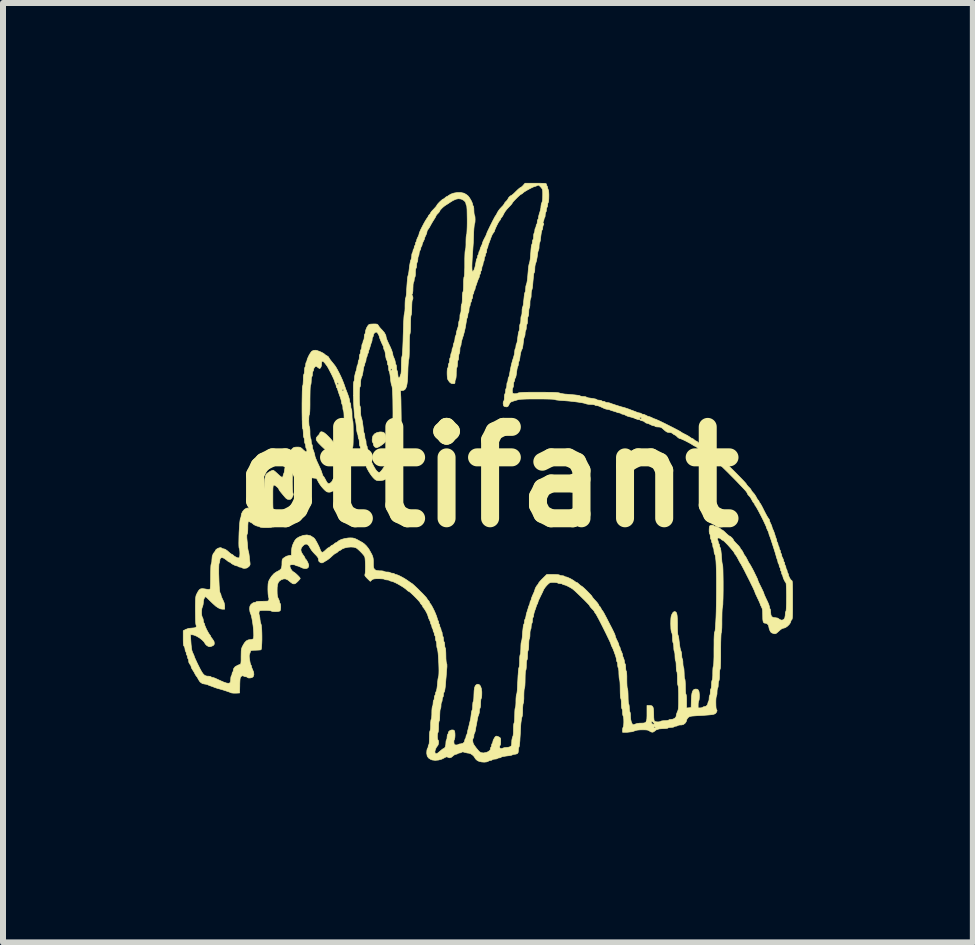
<source format=kicad_pcb>
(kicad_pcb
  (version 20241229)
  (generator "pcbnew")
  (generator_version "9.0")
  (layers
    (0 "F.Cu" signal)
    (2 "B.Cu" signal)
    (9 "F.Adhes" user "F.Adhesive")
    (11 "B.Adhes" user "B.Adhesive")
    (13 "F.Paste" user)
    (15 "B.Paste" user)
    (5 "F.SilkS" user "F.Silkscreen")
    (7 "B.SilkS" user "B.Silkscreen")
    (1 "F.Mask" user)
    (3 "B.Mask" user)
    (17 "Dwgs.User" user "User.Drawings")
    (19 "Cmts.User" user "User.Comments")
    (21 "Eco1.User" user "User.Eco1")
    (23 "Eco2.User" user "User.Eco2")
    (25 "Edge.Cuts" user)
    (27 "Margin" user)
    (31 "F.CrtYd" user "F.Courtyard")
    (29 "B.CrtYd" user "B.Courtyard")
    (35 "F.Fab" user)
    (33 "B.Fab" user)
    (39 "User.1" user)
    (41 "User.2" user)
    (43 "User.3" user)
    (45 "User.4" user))
  (footprint "ottifant"
    (layer "F.Cu")
    (at 5.085 4.902)
    (property "Reference" "ottifant" (at 0 0 0) (layer "F.SilkS") (effects (font (size 1.524 1.524) (thickness 0.3))))
    (attr through_hole)
    (fp_poly (pts (xy -1.747 -0.745) (xy -1.728 -0.734) (xy -1.716 -0.716) (xy -1.701 -0.674) (xy -1.699 -0.627) (xy -1.709 -0.589) (xy -1.724 -0.57) (xy -1.751 -0.547) (xy -1.784 -0.523) (xy -1.817 -0.503) (xy -1.846 -0.49) (xy -1.857 -0.488) (xy -1.879 -0.495) (xy -1.893 -0.506) (xy -1.907 -0.53) (xy -1.91 -0.546) (xy -1.914 -0.566) (xy -1.92 -0.574) (xy -1.928 -0.589) (xy -1.93 -0.617) (xy -1.927 -0.649) (xy -1.919 -0.68) (xy -1.915 -0.688) (xy -1.89 -0.718) (xy -1.85 -0.74) (xy -1.803 -0.75) (xy -1.778 -0.75) (xy -1.747 -0.745)) (stroke (width 0.01) (type solid)) (fill yes) (layer "F.SilkS"))
    (fp_poly (pts (xy -2.748 -0.747) (xy -2.724 -0.732) (xy -2.693 -0.707) (xy -2.659 -0.674) (xy -2.626 -0.639) (xy -2.596 -0.604) (xy -2.573 -0.573) (xy -2.561 -0.551) (xy -2.56 -0.545) (xy -2.557 -0.523) (xy -2.55 -0.513) (xy -2.547 -0.5) (xy -2.557 -0.477) (xy -2.579 -0.445) (xy -2.58 -0.445) (xy -2.601 -0.432) (xy -2.634 -0.428) (xy -2.669 -0.433) (xy -2.691 -0.442) (xy -2.709 -0.455) (xy -2.736 -0.478) (xy -2.769 -0.509) (xy -2.79 -0.53) (xy -2.83 -0.571) (xy -2.854 -0.603) (xy -2.864 -0.629) (xy -2.861 -0.652) (xy -2.845 -0.675) (xy -2.835 -0.686) (xy -2.815 -0.707) (xy -2.805 -0.724) (xy -2.804 -0.727) (xy -2.796 -0.747) (xy -2.776 -0.754) (xy -2.748 -0.747)) (stroke (width 0.01) (type solid)) (fill yes) (layer "F.SilkS"))
    (fp_poly (pts (xy 0.861 -4.897) (xy 0.908 -4.896) (xy 0.94 -4.895) (xy 0.96 -4.893) (xy 0.97 -4.889) (xy 0.975 -4.884) (xy 0.975 -4.877) (xy 0.98 -4.858) (xy 0.986 -4.851) (xy 0.993 -4.837) (xy 0.996 -4.821) (xy 1 -4.8) (xy 1.006 -4.79) (xy 1.01 -4.778) (xy 1.014 -4.75) (xy 1.016 -4.711) (xy 1.016 -4.684) (xy 1.015 -4.64) (xy 1.012 -4.604) (xy 1.009 -4.582) (xy 1.006 -4.577) (xy 0.999 -4.564) (xy 0.996 -4.539) (xy 0.996 -4.536) (xy 0.993 -4.511) (xy 0.986 -4.496) (xy 0.986 -4.496) (xy 0.979 -4.482) (xy 0.975 -4.458) (xy 0.975 -4.455) (xy 0.973 -4.43) (xy 0.966 -4.415) (xy 0.965 -4.415) (xy 0.959 -4.401) (xy 0.955 -4.376) (xy 0.955 -4.369) (xy 0.953 -4.342) (xy 0.947 -4.325) (xy 0.945 -4.323) (xy 0.937 -4.309) (xy 0.935 -4.294) (xy 0.93 -4.271) (xy 0.923 -4.26) (xy 0.917 -4.245) (xy 0.925 -4.232) (xy 0.932 -4.215) (xy 0.926 -4.204) (xy 0.918 -4.186) (xy 0.914 -4.159) (xy 0.914 -4.159) (xy 0.912 -4.135) (xy 0.906 -4.121) (xy 0.905 -4.121) (xy 0.898 -4.106) (xy 0.89 -4.073) (xy 0.883 -4.021) (xy 0.877 -3.973) (xy 0.873 -3.94) (xy 0.867 -3.915) (xy 0.863 -3.907) (xy 0.857 -3.892) (xy 0.854 -3.864) (xy 0.853 -3.846) (xy 0.852 -3.814) (xy 0.847 -3.791) (xy 0.844 -3.784) (xy 0.838 -3.769) (xy 0.831 -3.741) (xy 0.83 -3.729) (xy 0.82 -3.66) (xy 0.81 -3.606) (xy 0.799 -3.569) (xy 0.794 -3.559) (xy 0.788 -3.537) (xy 0.783 -3.503) (xy 0.782 -3.477) (xy 0.781 -3.444) (xy 0.777 -3.418) (xy 0.773 -3.408) (xy 0.769 -3.403) (xy 0.766 -3.393) (xy 0.763 -3.376) (xy 0.76 -3.35) (xy 0.756 -3.311) (xy 0.751 -3.256) (xy 0.746 -3.195) (xy 0.742 -3.159) (xy 0.736 -3.13) (xy 0.731 -3.115) (xy 0.731 -3.115) (xy 0.726 -3.1) (xy 0.722 -3.072) (xy 0.721 -3.041) (xy 0.72 -3.007) (xy 0.716 -2.982) (xy 0.711 -2.972) (xy 0.706 -2.959) (xy 0.702 -2.932) (xy 0.701 -2.896) (xy 0.701 -2.896) (xy 0.7 -2.86) (xy 0.696 -2.832) (xy 0.691 -2.819) (xy 0.691 -2.819) (xy 0.686 -2.807) (xy 0.682 -2.78) (xy 0.681 -2.748) (xy 0.679 -2.714) (xy 0.675 -2.688) (xy 0.671 -2.677) (xy 0.665 -2.664) (xy 0.661 -2.638) (xy 0.66 -2.611) (xy 0.659 -2.578) (xy 0.655 -2.554) (xy 0.65 -2.545) (xy 0.644 -2.532) (xy 0.64 -2.506) (xy 0.64 -2.494) (xy 0.638 -2.466) (xy 0.633 -2.447) (xy 0.63 -2.443) (xy 0.624 -2.43) (xy 0.62 -2.405) (xy 0.62 -2.394) (xy 0.618 -2.365) (xy 0.613 -2.345) (xy 0.611 -2.341) (xy 0.604 -2.326) (xy 0.597 -2.299) (xy 0.596 -2.286) (xy 0.59 -2.246) (xy 0.585 -2.202) (xy 0.583 -2.189) (xy 0.578 -2.157) (xy 0.57 -2.133) (xy 0.566 -2.126) (xy 0.556 -2.105) (xy 0.546 -2.069) (xy 0.537 -2.022) (xy 0.532 -1.981) (xy 0.526 -1.951) (xy 0.52 -1.93) (xy 0.517 -1.926) (xy 0.511 -1.91) (xy 0.508 -1.885) (xy 0.505 -1.859) (xy 0.499 -1.844) (xy 0.492 -1.828) (xy 0.486 -1.801) (xy 0.484 -1.788) (xy 0.476 -1.731) (xy 0.47 -1.691) (xy 0.464 -1.666) (xy 0.459 -1.653) (xy 0.456 -1.65) (xy 0.449 -1.637) (xy 0.447 -1.621) (xy 0.443 -1.599) (xy 0.437 -1.59) (xy 0.431 -1.577) (xy 0.427 -1.551) (xy 0.427 -1.539) (xy 0.425 -1.511) (xy 0.419 -1.492) (xy 0.417 -1.488) (xy 0.41 -1.475) (xy 0.407 -1.45) (xy 0.406 -1.438) (xy 0.408 -1.41) (xy 0.414 -1.396) (xy 0.429 -1.389) (xy 0.436 -1.387) (xy 0.475 -1.388) (xy 0.497 -1.396) (xy 0.508 -1.401) (xy 0.524 -1.404) (xy 0.548 -1.407) (xy 0.58 -1.409) (xy 0.625 -1.411) (xy 0.683 -1.412) (xy 0.756 -1.412) (xy 0.848 -1.412) (xy 0.849 -1.412) (xy 0.946 -1.412) (xy 1.025 -1.411) (xy 1.087 -1.41) (xy 1.133 -1.408) (xy 1.166 -1.405) (xy 1.185 -1.402) (xy 1.192 -1.4) (xy 1.212 -1.393) (xy 1.246 -1.387) (xy 1.288 -1.381) (xy 1.311 -1.38) (xy 1.387 -1.373) (xy 1.445 -1.368) (xy 1.488 -1.363) (xy 1.516 -1.359) (xy 1.533 -1.354) (xy 1.539 -1.35) (xy 1.554 -1.345) (xy 1.581 -1.341) (xy 1.591 -1.341) (xy 1.619 -1.339) (xy 1.638 -1.334) (xy 1.64 -1.332) (xy 1.653 -1.325) (xy 1.678 -1.318) (xy 1.689 -1.317) (xy 1.74 -1.309) (xy 1.775 -1.303) (xy 1.796 -1.299) (xy 1.808 -1.295) (xy 1.814 -1.29) (xy 1.814 -1.289) (xy 1.827 -1.283) (xy 1.852 -1.28) (xy 1.854 -1.28) (xy 1.879 -1.277) (xy 1.894 -1.271) (xy 1.895 -1.27) (xy 1.909 -1.262) (xy 1.925 -1.26) (xy 1.947 -1.256) (xy 1.956 -1.25) (xy 1.97 -1.242) (xy 1.992 -1.24) (xy 2.02 -1.236) (xy 2.04 -1.23) (xy 2.059 -1.222) (xy 2.093 -1.211) (xy 2.134 -1.197) (xy 2.179 -1.183) (xy 2.221 -1.17) (xy 2.255 -1.161) (xy 2.266 -1.158) (xy 2.297 -1.149) (xy 2.334 -1.136) (xy 2.352 -1.13) (xy 2.389 -1.115) (xy 2.425 -1.102) (xy 2.438 -1.097) (xy 2.467 -1.086) (xy 2.49 -1.076) (xy 2.492 -1.076) (xy 2.517 -1.068) (xy 2.529 -1.067) (xy 2.549 -1.062) (xy 2.555 -1.057) (xy 2.57 -1.048) (xy 2.581 -1.046) (xy 2.602 -1.042) (xy 2.63 -1.03) (xy 2.637 -1.026) (xy 2.663 -1.013) (xy 2.684 -1.006) (xy 2.687 -1.006) (xy 2.705 -1.001) (xy 2.731 -0.989) (xy 2.738 -0.986) (xy 2.765 -0.973) (xy 2.785 -0.966) (xy 2.788 -0.965) (xy 2.801 -0.961) (xy 2.829 -0.948) (xy 2.869 -0.93) (xy 2.916 -0.907) (xy 2.969 -0.881) (xy 3.024 -0.853) (xy 3.078 -0.826) (xy 3.128 -0.8) (xy 3.17 -0.778) (xy 3.201 -0.761) (xy 3.218 -0.75) (xy 3.219 -0.749) (xy 3.237 -0.737) (xy 3.267 -0.721) (xy 3.293 -0.708) (xy 3.328 -0.69) (xy 3.358 -0.671) (xy 3.373 -0.66) (xy 3.394 -0.646) (xy 3.409 -0.64) (xy 3.424 -0.633) (xy 3.439 -0.62) (xy 3.457 -0.605) (xy 3.47 -0.599) (xy 3.485 -0.593) (xy 3.5 -0.579) (xy 3.518 -0.564) (xy 3.531 -0.559) (xy 3.546 -0.552) (xy 3.561 -0.538) (xy 3.578 -0.523) (xy 3.589 -0.518) (xy 3.602 -0.512) (xy 3.624 -0.497) (xy 3.639 -0.485) (xy 3.672 -0.457) (xy 3.708 -0.427) (xy 3.717 -0.419) (xy 3.742 -0.4) (xy 3.76 -0.388) (xy 3.766 -0.386) (xy 3.779 -0.379) (xy 3.798 -0.362) (xy 3.805 -0.356) (xy 3.826 -0.336) (xy 3.842 -0.326) (xy 3.845 -0.325) (xy 3.858 -0.318) (xy 3.879 -0.301) (xy 3.896 -0.284) (xy 3.92 -0.262) (xy 3.939 -0.247) (xy 3.947 -0.244) (xy 3.957 -0.237) (xy 3.979 -0.218) (xy 4.01 -0.189) (xy 4.048 -0.152) (xy 4.09 -0.111) (xy 4.134 -0.067) (xy 4.178 -0.022) (xy 4.219 0.02) (xy 4.255 0.057) (xy 4.284 0.088) (xy 4.302 0.109) (xy 4.308 0.117) (xy 4.315 0.13) (xy 4.332 0.151) (xy 4.348 0.168) (xy 4.371 0.191) (xy 4.386 0.211) (xy 4.389 0.219) (xy 4.396 0.232) (xy 4.413 0.252) (xy 4.42 0.26) (xy 4.445 0.289) (xy 4.467 0.324) (xy 4.471 0.331) (xy 4.486 0.36) (xy 4.501 0.381) (xy 4.505 0.386) (xy 4.519 0.402) (xy 4.521 0.411) (xy 4.528 0.428) (xy 4.536 0.436) (xy 4.546 0.45) (xy 4.562 0.478) (xy 4.582 0.516) (xy 4.604 0.561) (xy 4.605 0.562) (xy 4.628 0.607) (xy 4.649 0.646) (xy 4.666 0.675) (xy 4.677 0.689) (xy 4.677 0.69) (xy 4.691 0.709) (xy 4.694 0.722) (xy 4.699 0.743) (xy 4.711 0.771) (xy 4.714 0.777) (xy 4.727 0.804) (xy 4.734 0.824) (xy 4.735 0.827) (xy 4.739 0.845) (xy 4.749 0.871) (xy 4.754 0.88) (xy 4.769 0.916) (xy 4.783 0.957) (xy 4.785 0.965) (xy 4.795 0.997) (xy 4.804 1.022) (xy 4.807 1.029) (xy 4.815 1.054) (xy 4.816 1.066) (xy 4.82 1.086) (xy 4.826 1.092) (xy 4.834 1.106) (xy 4.836 1.123) (xy 4.84 1.144) (xy 4.846 1.153) (xy 4.854 1.167) (xy 4.856 1.184) (xy 4.86 1.205) (xy 4.867 1.214) (xy 4.875 1.228) (xy 4.877 1.245) (xy 4.881 1.266) (xy 4.887 1.275) (xy 4.895 1.289) (xy 4.897 1.304) (xy 4.903 1.331) (xy 4.912 1.347) (xy 4.924 1.372) (xy 4.927 1.389) (xy 4.932 1.409) (xy 4.938 1.417) (xy 4.946 1.431) (xy 4.948 1.448) (xy 4.952 1.469) (xy 4.958 1.478) (xy 4.966 1.492) (xy 4.968 1.509) (xy 4.972 1.53) (xy 4.978 1.539) (xy 4.986 1.553) (xy 4.989 1.57) (xy 4.992 1.591) (xy 4.999 1.6) (xy 5.007 1.615) (xy 5.009 1.625) (xy 5.014 1.647) (xy 5.026 1.675) (xy 5.041 1.702) (xy 5.057 1.721) (xy 5.067 1.727) (xy 5.07 1.731) (xy 5.074 1.743) (xy 5.076 1.765) (xy 5.078 1.798) (xy 5.079 1.846) (xy 5.08 1.909) (xy 5.08 1.989) (xy 5.08 2.051) (xy 5.08 2.142) (xy 5.08 2.215) (xy 5.079 2.272) (xy 5.078 2.314) (xy 5.076 2.344) (xy 5.073 2.364) (xy 5.07 2.375) (xy 5.066 2.38) (xy 5.065 2.381) (xy 5.053 2.395) (xy 5.05 2.41) (xy 5.041 2.434) (xy 5.021 2.462) (xy 4.992 2.49) (xy 4.963 2.51) (xy 4.936 2.52) (xy 4.934 2.52) (xy 4.911 2.525) (xy 4.883 2.542) (xy 4.851 2.57) (xy 4.822 2.596) (xy 4.803 2.61) (xy 4.787 2.615) (xy 4.77 2.613) (xy 4.766 2.612) (xy 4.741 2.603) (xy 4.725 2.596) (xy 4.711 2.58) (xy 4.697 2.551) (xy 4.687 2.52) (xy 4.684 2.499) (xy 4.675 2.469) (xy 4.654 2.447) (xy 4.627 2.438) (xy 4.608 2.436) (xy 4.595 2.425) (xy 4.587 2.404) (xy 4.583 2.369) (xy 4.582 2.318) (xy 4.582 2.31) (xy 4.581 2.258) (xy 4.579 2.222) (xy 4.573 2.195) (xy 4.564 2.174) (xy 4.562 2.169) (xy 4.549 2.144) (xy 4.542 2.126) (xy 4.542 2.123) (xy 4.537 2.111) (xy 4.526 2.084) (xy 4.509 2.048) (xy 4.496 2.021) (xy 4.477 1.98) (xy 4.461 1.947) (xy 4.452 1.923) (xy 4.45 1.916) (xy 4.446 1.904) (xy 4.433 1.876) (xy 4.415 1.837) (xy 4.391 1.789) (xy 4.365 1.735) (xy 4.336 1.678) (xy 4.307 1.621) (xy 4.28 1.567) (xy 4.255 1.519) (xy 4.234 1.48) (xy 4.22 1.454) (xy 4.213 1.443) (xy 4.202 1.426) (xy 4.186 1.397) (xy 4.172 1.37) (xy 4.155 1.338) (xy 4.139 1.312) (xy 4.13 1.3) (xy 4.117 1.285) (xy 4.115 1.278) (xy 4.108 1.264) (xy 4.091 1.239) (xy 4.065 1.208) (xy 4.034 1.172) (xy 4.002 1.136) (xy 3.97 1.103) (xy 3.944 1.077) (xy 3.924 1.06) (xy 3.917 1.057) (xy 3.901 1.05) (xy 3.886 1.036) (xy 3.863 1.02) (xy 3.84 1.017) (xy 3.825 1.027) (xy 3.825 1.043) (xy 3.829 1.049) (xy 3.838 1.068) (xy 3.84 1.083) (xy 3.845 1.104) (xy 3.851 1.113) (xy 3.859 1.127) (xy 3.861 1.142) (xy 3.865 1.164) (xy 3.87 1.174) (xy 3.878 1.192) (xy 3.885 1.23) (xy 3.891 1.287) (xy 3.897 1.362) (xy 3.898 1.372) (xy 3.901 1.412) (xy 3.906 1.445) (xy 3.911 1.465) (xy 3.912 1.468) (xy 3.915 1.48) (xy 3.917 1.51) (xy 3.919 1.554) (xy 3.92 1.61) (xy 3.921 1.674) (xy 3.922 1.744) (xy 3.922 1.817) (xy 3.922 1.89) (xy 3.921 1.961) (xy 3.92 2.025) (xy 3.918 2.081) (xy 3.917 2.126) (xy 3.914 2.156) (xy 3.912 2.169) (xy 3.912 2.169) (xy 3.908 2.181) (xy 3.905 2.212) (xy 3.903 2.26) (xy 3.902 2.322) (xy 3.901 2.383) (xy 3.901 2.456) (xy 3.9 2.515) (xy 3.897 2.56) (xy 3.894 2.587) (xy 3.891 2.596) (xy 3.888 2.608) (xy 3.886 2.639) (xy 3.884 2.689) (xy 3.882 2.755) (xy 3.881 2.837) (xy 3.881 2.901) (xy 3.881 2.993) (xy 3.88 3.07) (xy 3.878 3.131) (xy 3.876 3.175) (xy 3.873 3.2) (xy 3.871 3.205) (xy 3.866 3.218) (xy 3.863 3.245) (xy 3.861 3.283) (xy 3.861 3.302) (xy 3.86 3.343) (xy 3.857 3.376) (xy 3.853 3.395) (xy 3.851 3.399) (xy 3.845 3.411) (xy 3.841 3.438) (xy 3.84 3.459) (xy 3.839 3.491) (xy 3.834 3.514) (xy 3.83 3.52) (xy 3.825 3.533) (xy 3.821 3.56) (xy 3.82 3.586) (xy 3.819 3.62) (xy 3.814 3.644) (xy 3.81 3.653) (xy 3.806 3.665) (xy 3.802 3.693) (xy 3.8 3.733) (xy 3.8 3.764) (xy 3.801 3.81) (xy 3.803 3.847) (xy 3.807 3.87) (xy 3.81 3.876) (xy 3.82 3.892) (xy 3.815 3.915) (xy 3.798 3.939) (xy 3.797 3.939) (xy 3.787 3.948) (xy 3.773 3.954) (xy 3.753 3.96) (xy 3.725 3.964) (xy 3.686 3.968) (xy 3.633 3.972) (xy 3.565 3.977) (xy 3.498 3.98) (xy 3.443 3.984) (xy 3.404 3.987) (xy 3.378 3.991) (xy 3.36 3.997) (xy 3.347 4.005) (xy 3.338 4.012) (xy 3.32 4.035) (xy 3.312 4.058) (xy 3.312 4.059) (xy 3.305 4.081) (xy 3.288 4.105) (xy 3.285 4.108) (xy 3.26 4.127) (xy 3.229 4.135) (xy 3.215 4.135) (xy 3.187 4.137) (xy 3.168 4.143) (xy 3.165 4.145) (xy 3.151 4.153) (xy 3.134 4.155) (xy 3.113 4.159) (xy 3.104 4.166) (xy 3.091 4.172) (xy 3.065 4.175) (xy 3.053 4.176) (xy 3.025 4.178) (xy 3.005 4.183) (xy 3.002 4.186) (xy 2.99 4.191) (xy 2.962 4.194) (xy 2.926 4.196) (xy 2.922 4.196) (xy 2.855 4.201) (xy 2.806 4.217) (xy 2.774 4.242) (xy 2.75 4.256) (xy 2.721 4.252) (xy 2.695 4.237) (xy 2.679 4.227) (xy 2.658 4.22) (xy 2.627 4.217) (xy 2.581 4.216) (xy 2.579 4.216) (xy 2.536 4.217) (xy 2.5 4.22) (xy 2.476 4.224) (xy 2.471 4.225) (xy 2.405 4.248) (xy 2.324 4.257) (xy 2.313 4.257) (xy 2.245 4.257) (xy 2.245 4.217) (xy 2.248 4.19) (xy 2.253 4.175) (xy 2.765 4.175) (xy 2.77 4.184) (xy 2.779 4.186) (xy 2.791 4.181) (xy 2.792 4.175) (xy 2.782 4.165) (xy 2.779 4.164) (xy 2.767 4.172) (xy 2.765 4.175) (xy 2.253 4.175) (xy 2.254 4.173) (xy 2.256 4.171) (xy 2.26 4.158) (xy 2.264 4.131) (xy 2.266 4.093) (xy 2.266 4.079) (xy 2.265 4.04) (xy 2.262 4.008) (xy 2.257 3.99) (xy 2.256 3.988) (xy 2.25 3.975) (xy 2.246 3.948) (xy 2.245 3.927) (xy 2.244 3.895) (xy 2.239 3.873) (xy 2.235 3.866) (xy 2.23 3.853) (xy 2.227 3.826) (xy 2.225 3.789) (xy 2.225 3.78) (xy 2.224 3.741) (xy 2.221 3.711) (xy 2.216 3.694) (xy 2.215 3.693) (xy 2.211 3.681) (xy 2.208 3.651) (xy 2.206 3.606) (xy 2.205 3.549) (xy 2.205 3.536) (xy 2.204 3.477) (xy 2.202 3.429) (xy 2.199 3.396) (xy 2.195 3.379) (xy 2.195 3.378) (xy 2.19 3.366) (xy 2.187 3.338) (xy 2.185 3.3) (xy 2.184 3.282) (xy 2.183 3.241) (xy 2.18 3.208) (xy 2.176 3.188) (xy 2.174 3.185) (xy 2.168 3.172) (xy 2.164 3.146) (xy 2.164 3.134) (xy 2.162 3.106) (xy 2.157 3.087) (xy 2.154 3.084) (xy 2.146 3.07) (xy 2.144 3.05) (xy 2.14 3.025) (xy 2.131 2.991) (xy 2.123 2.967) (xy 2.11 2.932) (xy 2.1 2.903) (xy 2.095 2.891) (xy 2.086 2.868) (xy 2.073 2.84) (xy 2.071 2.837) (xy 2.059 2.812) (xy 2.052 2.793) (xy 2.052 2.791) (xy 2.048 2.777) (xy 2.035 2.748) (xy 2.016 2.708) (xy 1.992 2.658) (xy 1.965 2.602) (xy 1.935 2.542) (xy 1.905 2.482) (xy 1.876 2.425) (xy 1.849 2.373) (xy 1.825 2.329) (xy 1.808 2.297) (xy 1.796 2.279) (xy 1.794 2.277) (xy 1.781 2.26) (xy 1.778 2.251) (xy 1.771 2.238) (xy 1.754 2.217) (xy 1.737 2.2) (xy 1.715 2.176) (xy 1.7 2.157) (xy 1.697 2.149) (xy 1.69 2.138) (xy 1.671 2.117) (xy 1.642 2.087) (xy 1.607 2.051) (xy 1.567 2.012) (xy 1.527 1.973) (xy 1.488 1.936) (xy 1.453 1.903) (xy 1.425 1.879) (xy 1.407 1.864) (xy 1.37 1.842) (xy 1.332 1.822) (xy 1.298 1.806) (xy 1.273 1.799) (xy 1.269 1.798) (xy 1.25 1.793) (xy 1.245 1.788) (xy 1.231 1.781) (xy 1.207 1.778) (xy 1.204 1.778) (xy 1.179 1.775) (xy 1.164 1.769) (xy 1.163 1.768) (xy 1.151 1.763) (xy 1.124 1.759) (xy 1.094 1.758) (xy 1.059 1.758) (xy 1.036 1.763) (xy 1.017 1.774) (xy 0.994 1.796) (xy 0.984 1.806) (xy 0.957 1.837) (xy 0.935 1.869) (xy 0.924 1.89) (xy 0.913 1.916) (xy 0.895 1.953) (xy 0.875 1.993) (xy 0.872 2) (xy 0.854 2.037) (xy 0.84 2.069) (xy 0.833 2.091) (xy 0.833 2.094) (xy 0.829 2.112) (xy 0.824 2.118) (xy 0.815 2.131) (xy 0.81 2.146) (xy 0.803 2.168) (xy 0.792 2.201) (xy 0.783 2.225) (xy 0.771 2.261) (xy 0.764 2.293) (xy 0.762 2.308) (xy 0.759 2.331) (xy 0.752 2.342) (xy 0.746 2.355) (xy 0.742 2.381) (xy 0.742 2.393) (xy 0.74 2.421) (xy 0.734 2.44) (xy 0.732 2.443) (xy 0.725 2.457) (xy 0.722 2.482) (xy 0.721 2.494) (xy 0.719 2.523) (xy 0.714 2.542) (xy 0.711 2.545) (xy 0.706 2.558) (xy 0.702 2.585) (xy 0.701 2.621) (xy 0.701 2.621) (xy 0.7 2.657) (xy 0.696 2.684) (xy 0.691 2.697) (xy 0.691 2.697) (xy 0.686 2.71) (xy 0.683 2.737) (xy 0.681 2.775) (xy 0.681 2.794) (xy 0.68 2.835) (xy 0.677 2.868) (xy 0.673 2.887) (xy 0.671 2.891) (xy 0.666 2.903) (xy 0.662 2.93) (xy 0.66 2.967) (xy 0.66 2.972) (xy 0.659 3.009) (xy 0.656 3.038) (xy 0.651 3.052) (xy 0.65 3.053) (xy 0.645 3.066) (xy 0.642 3.093) (xy 0.64 3.13) (xy 0.64 3.139) (xy 0.639 3.178) (xy 0.636 3.208) (xy 0.631 3.225) (xy 0.63 3.226) (xy 0.626 3.238) (xy 0.623 3.268) (xy 0.621 3.312) (xy 0.62 3.367) (xy 0.62 3.373) (xy 0.619 3.429) (xy 0.617 3.475) (xy 0.614 3.506) (xy 0.61 3.52) (xy 0.61 3.52) (xy 0.605 3.533) (xy 0.602 3.562) (xy 0.6 3.604) (xy 0.599 3.647) (xy 0.599 3.698) (xy 0.596 3.738) (xy 0.593 3.765) (xy 0.589 3.774) (xy 0.585 3.787) (xy 0.582 3.815) (xy 0.579 3.855) (xy 0.579 3.882) (xy 0.578 3.937) (xy 0.574 3.978) (xy 0.568 4.004) (xy 0.566 4.006) (xy 0.561 4.025) (xy 0.556 4.059) (xy 0.55 4.105) (xy 0.546 4.158) (xy 0.546 4.166) (xy 0.542 4.228) (xy 0.539 4.293) (xy 0.535 4.354) (xy 0.533 4.399) (xy 0.529 4.442) (xy 0.525 4.477) (xy 0.52 4.5) (xy 0.517 4.505) (xy 0.511 4.521) (xy 0.508 4.548) (xy 0.508 4.557) (xy 0.504 4.594) (xy 0.489 4.614) (xy 0.462 4.622) (xy 0.452 4.623) (xy 0.427 4.626) (xy 0.411 4.632) (xy 0.396 4.639) (xy 0.368 4.645) (xy 0.356 4.647) (xy 0.298 4.654) (xy 0.258 4.661) (xy 0.233 4.666) (xy 0.221 4.672) (xy 0.218 4.675) (xy 0.204 4.682) (xy 0.188 4.684) (xy 0.167 4.688) (xy 0.157 4.694) (xy 0.144 4.701) (xy 0.119 4.704) (xy 0.117 4.704) (xy 0.092 4.707) (xy 0.077 4.713) (xy 0.076 4.714) (xy 0.062 4.723) (xy 0.048 4.725) (xy 0.022 4.731) (xy 0.006 4.74) (xy -0.022 4.751) (xy -0.061 4.755) (xy -0.105 4.752) (xy -0.146 4.742) (xy -0.166 4.734) (xy -0.192 4.716) (xy -0.21 4.696) (xy -0.213 4.691) (xy -0.232 4.66) (xy -0.261 4.632) (xy -0.294 4.612) (xy -0.317 4.606) (xy -0.348 4.602) (xy -0.383 4.593) (xy -0.388 4.592) (xy -0.417 4.584) (xy -0.434 4.587) (xy -0.439 4.591) (xy -0.458 4.6) (xy -0.474 4.602) (xy -0.495 4.607) (xy -0.503 4.613) (xy -0.517 4.621) (xy -0.532 4.623) (xy -0.553 4.63) (xy -0.578 4.647) (xy -0.584 4.653) (xy -0.614 4.677) (xy -0.643 4.683) (xy -0.67 4.672) (xy -0.687 4.666) (xy -0.706 4.672) (xy -0.718 4.679) (xy -0.767 4.704) (xy -0.823 4.72) (xy -0.879 4.725) (xy -0.929 4.719) (xy -0.953 4.71) (xy -0.991 4.685) (xy -1.012 4.654) (xy -1.02 4.611) (xy -1.02 4.597) (xy -1.018 4.564) (xy -1.013 4.538) (xy -1.008 4.529) (xy -0.998 4.51) (xy -0.996 4.494) (xy -0.992 4.474) (xy -0.986 4.465) (xy -0.981 4.453) (xy -0.978 4.424) (xy -0.976 4.383) (xy -0.975 4.348) (xy -0.974 4.301) (xy -0.972 4.263) (xy -0.968 4.239) (xy -0.965 4.232) (xy -0.961 4.219) (xy -0.957 4.192) (xy -0.955 4.154) (xy -0.955 4.135) (xy -0.954 4.094) (xy -0.951 4.061) (xy -0.947 4.042) (xy -0.945 4.039) (xy -0.94 4.026) (xy -0.937 3.998) (xy -0.935 3.959) (xy -0.935 3.932) (xy -0.934 3.888) (xy -0.931 3.853) (xy -0.927 3.83) (xy -0.925 3.825) (xy -0.918 3.812) (xy -0.915 3.786) (xy -0.914 3.774) (xy -0.912 3.746) (xy -0.907 3.727) (xy -0.904 3.724) (xy -0.897 3.71) (xy -0.894 3.686) (xy -0.894 3.683) (xy -0.891 3.658) (xy -0.885 3.643) (xy -0.884 3.642) (xy -0.876 3.628) (xy -0.874 3.613) (xy -0.87 3.591) (xy -0.865 3.581) (xy -0.857 3.564) (xy -0.85 3.528) (xy -0.843 3.472) (xy -0.837 3.409) (xy -0.833 3.372) (xy -0.827 3.341) (xy -0.822 3.327) (xy -0.819 3.309) (xy -0.817 3.275) (xy -0.816 3.229) (xy -0.817 3.174) (xy -0.819 3.115) (xy -0.822 3.054) (xy -0.826 2.996) (xy -0.83 2.943) (xy -0.835 2.901) (xy -0.84 2.872) (xy -0.844 2.861) (xy -0.849 2.846) (xy -0.853 2.818) (xy -0.853 2.798) (xy -0.855 2.766) (xy -0.86 2.744) (xy -0.864 2.738) (xy -0.87 2.725) (xy -0.874 2.7) (xy -0.874 2.692) (xy -0.876 2.666) (xy -0.882 2.648) (xy -0.884 2.647) (xy -0.892 2.633) (xy -0.894 2.616) (xy -0.898 2.595) (xy -0.904 2.586) (xy -0.912 2.572) (xy -0.914 2.555) (xy -0.918 2.534) (xy -0.925 2.525) (xy -0.932 2.511) (xy -0.935 2.494) (xy -0.939 2.473) (xy -0.945 2.464) (xy -0.953 2.449) (xy -0.955 2.438) (xy -0.96 2.417) (xy -0.972 2.389) (xy -0.975 2.383) (xy -0.988 2.356) (xy -0.995 2.335) (xy -0.996 2.331) (xy -1.001 2.312) (xy -1.013 2.282) (xy -1.03 2.248) (xy -1.049 2.216) (xy -1.065 2.192) (xy -1.071 2.185) (xy -1.084 2.169) (xy -1.087 2.159) (xy -1.094 2.144) (xy -1.107 2.129) (xy -1.123 2.111) (xy -1.128 2.099) (xy -1.135 2.088) (xy -1.153 2.066) (xy -1.18 2.037) (xy -1.211 2.005) (xy -1.243 1.973) (xy -1.274 1.944) (xy -1.298 1.922) (xy -1.314 1.911) (xy -1.316 1.91) (xy -1.331 1.903) (xy -1.347 1.889) (xy -1.372 1.867) (xy -1.409 1.84) (xy -1.453 1.813) (xy -1.499 1.786) (xy -1.544 1.763) (xy -1.583 1.746) (xy -1.611 1.738) (xy -1.617 1.737) (xy -1.635 1.732) (xy -1.641 1.727) (xy -1.654 1.72) (xy -1.679 1.717) (xy -1.681 1.717) (xy -1.707 1.714) (xy -1.722 1.708) (xy -1.722 1.707) (xy -1.734 1.702) (xy -1.762 1.699) (xy -1.8 1.697) (xy -1.821 1.697) (xy -1.867 1.697) (xy -1.897 1.7) (xy -1.917 1.705) (xy -1.931 1.713) (xy -1.938 1.719) (xy -1.961 1.741) (xy -2.012 1.692) (xy -2.041 1.66) (xy -2.053 1.639) (xy -2.052 1.632) (xy -2.048 1.617) (xy -2.044 1.587) (xy -2.043 1.545) (xy -2.042 1.498) (xy -2.043 1.448) (xy -2.045 1.402) (xy -2.048 1.363) (xy -2.052 1.336) (xy -2.055 1.328) (xy -2.072 1.303) (xy -2.099 1.272) (xy -2.131 1.239) (xy -2.163 1.209) (xy -2.189 1.188) (xy -2.197 1.183) (xy -2.235 1.171) (xy -2.285 1.168) (xy -2.338 1.172) (xy -2.389 1.184) (xy -2.431 1.201) (xy -2.446 1.212) (xy -2.465 1.225) (xy -2.476 1.229) (xy -2.49 1.236) (xy -2.504 1.25) (xy -2.522 1.265) (xy -2.535 1.27) (xy -2.548 1.277) (xy -2.571 1.294) (xy -2.598 1.318) (xy -2.629 1.347) (xy -2.661 1.372) (xy -2.682 1.387) (xy -2.713 1.405) (xy -2.74 1.422) (xy -2.743 1.423) (xy -2.764 1.433) (xy -2.783 1.431) (xy -2.796 1.425) (xy -2.817 1.409) (xy -2.824 1.385) (xy -2.824 1.378) (xy -2.828 1.358) (xy -2.839 1.336) (xy -2.861 1.31) (xy -2.881 1.29) (xy -2.912 1.257) (xy -2.94 1.223) (xy -2.958 1.195) (xy -2.959 1.194) (xy -2.985 1.149) (xy -3.01 1.124) (xy -3.035 1.118) (xy -3.063 1.13) (xy -3.087 1.151) (xy -3.111 1.183) (xy -3.119 1.216) (xy -3.111 1.252) (xy -3.086 1.294) (xy -3.071 1.314) (xy -3.056 1.337) (xy -3.048 1.356) (xy -3.048 1.357) (xy -3.043 1.37) (xy -3.04 1.372) (xy -3.029 1.38) (xy -3.016 1.401) (xy -3.002 1.429) (xy -2.991 1.457) (xy -2.987 1.478) (xy -2.987 1.478) (xy -2.995 1.507) (xy -3.016 1.524) (xy -3.049 1.528) (xy -3.09 1.519) (xy -3.127 1.502) (xy -3.154 1.49) (xy -3.178 1.483) (xy -3.18 1.483) (xy -3.199 1.479) (xy -3.205 1.473) (xy -3.219 1.467) (xy -3.244 1.463) (xy -3.257 1.463) (xy -3.285 1.464) (xy -3.298 1.47) (xy -3.302 1.482) (xy -3.302 1.486) (xy -3.296 1.513) (xy -3.281 1.543) (xy -3.261 1.569) (xy -3.244 1.582) (xy -3.227 1.592) (xy -3.203 1.611) (xy -3.176 1.636) (xy -3.152 1.66) (xy -3.135 1.681) (xy -3.129 1.692) (xy -3.136 1.704) (xy -3.154 1.725) (xy -3.174 1.746) (xy -3.206 1.774) (xy -3.232 1.784) (xy -3.258 1.778) (xy -3.29 1.755) (xy -3.297 1.749) (xy -3.337 1.717) (xy -3.371 1.701) (xy -3.402 1.699) (xy -3.436 1.71) (xy -3.444 1.713) (xy -3.474 1.733) (xy -3.495 1.759) (xy -3.508 1.795) (xy -3.514 1.844) (xy -3.515 1.892) (xy -3.514 1.943) (xy -3.511 1.978) (xy -3.505 2.005) (xy -3.495 2.027) (xy -3.495 2.027) (xy -3.482 2.055) (xy -3.475 2.079) (xy -3.475 2.083) (xy -3.47 2.102) (xy -3.465 2.108) (xy -3.458 2.122) (xy -3.455 2.149) (xy -3.455 2.18) (xy -3.458 2.21) (xy -3.464 2.23) (xy -3.467 2.233) (xy -3.483 2.24) (xy -3.511 2.244) (xy -3.545 2.245) (xy -3.578 2.244) (xy -3.602 2.24) (xy -3.612 2.235) (xy -3.624 2.231) (xy -3.652 2.227) (xy -3.691 2.225) (xy -3.714 2.225) (xy -3.758 2.225) (xy -3.787 2.227) (xy -3.803 2.23) (xy -3.811 2.237) (xy -3.815 2.248) (xy -3.816 2.252) (xy -3.818 2.281) (xy -3.811 2.311) (xy -3.803 2.344) (xy -3.8 2.38) (xy -3.799 2.383) (xy -3.795 2.417) (xy -3.786 2.446) (xy -3.785 2.449) (xy -3.779 2.468) (xy -3.775 2.503) (xy -3.771 2.549) (xy -3.769 2.602) (xy -3.768 2.66) (xy -3.768 2.717) (xy -3.77 2.772) (xy -3.773 2.819) (xy -3.776 2.855) (xy -3.781 2.877) (xy -3.785 2.882) (xy -3.802 2.885) (xy -3.833 2.887) (xy -3.872 2.889) (xy -3.878 2.889) (xy -3.918 2.89) (xy -3.942 2.893) (xy -3.955 2.899) (xy -3.96 2.908) (xy -3.96 2.911) (xy -3.967 2.937) (xy -3.974 2.953) (xy -3.98 2.978) (xy -3.979 3.01) (xy -3.978 3.014) (xy -3.972 3.052) (xy -3.966 3.09) (xy -3.966 3.091) (xy -3.96 3.117) (xy -3.953 3.134) (xy -3.951 3.135) (xy -3.944 3.149) (xy -3.942 3.16) (xy -3.937 3.181) (xy -3.925 3.209) (xy -3.922 3.216) (xy -3.906 3.256) (xy -3.902 3.295) (xy -3.912 3.327) (xy -3.92 3.336) (xy -3.942 3.347) (xy -3.969 3.352) (xy -3.994 3.351) (xy -4.008 3.343) (xy -4.022 3.334) (xy -4.034 3.332) (xy -4.059 3.327) (xy -4.074 3.32) (xy -4.092 3.314) (xy -4.109 3.322) (xy -4.114 3.327) (xy -4.123 3.337) (xy -4.129 3.35) (xy -4.133 3.371) (xy -4.135 3.404) (xy -4.137 3.452) (xy -4.137 3.473) (xy -4.14 3.602) (xy -4.201 3.605) (xy -4.237 3.605) (xy -4.268 3.602) (xy -4.282 3.599) (xy -4.31 3.587) (xy -4.351 3.573) (xy -4.396 3.558) (xy -4.438 3.545) (xy -4.469 3.536) (xy -4.47 3.536) (xy -4.504 3.527) (xy -4.541 3.515) (xy -4.547 3.513) (xy -4.583 3.499) (xy -4.618 3.486) (xy -4.623 3.485) (xy -4.652 3.474) (xy -4.674 3.464) (xy -4.676 3.463) (xy -4.701 3.456) (xy -4.718 3.454) (xy -4.761 3.445) (xy -4.799 3.418) (xy -4.826 3.378) (xy -4.84 3.351) (xy -4.852 3.332) (xy -4.856 3.328) (xy -4.866 3.315) (xy -4.88 3.292) (xy -4.884 3.284) (xy -4.902 3.25) (xy -4.923 3.217) (xy -4.924 3.215) (xy -4.94 3.189) (xy -4.948 3.166) (xy -4.948 3.163) (xy -4.955 3.141) (xy -4.968 3.124) (xy -4.985 3.097) (xy -4.989 3.072) (xy -4.991 3.048) (xy -4.998 3.033) (xy -4.999 3.033) (xy -5.007 3.019) (xy -5.009 3.002) (xy -5.013 2.981) (xy -5.019 2.972) (xy -5.027 2.958) (xy -5.029 2.941) (xy -5.033 2.92) (xy -5.039 2.911) (xy -5.046 2.897) (xy -5.05 2.873) (xy -5.05 2.871) (xy -5.054 2.844) (xy -5.064 2.825) (xy -5.065 2.824) (xy -5.072 2.815) (xy -5.076 2.796) (xy -5.079 2.765) (xy -5.08 2.719) (xy -5.08 2.688) (xy -5.08 2.564) (xy -5.038 2.542) (xy -4.991 2.525) (xy -4.938 2.52) (xy -4.893 2.516) (xy -4.868 2.506) (xy -4.86 2.488) (xy -4.866 2.47) (xy -4.87 2.453) (xy -4.873 2.416) (xy -4.875 2.363) (xy -4.876 2.294) (xy -4.877 2.223) (xy -4.877 2.149) (xy -4.876 2.092) (xy -4.875 2.05) (xy -4.873 2.019) (xy -4.87 1.996) (xy -4.866 1.977) (xy -4.859 1.961) (xy -4.851 1.944) (xy -4.851 1.944) (xy -4.83 1.905) (xy -4.811 1.88) (xy -4.789 1.866) (xy -4.76 1.862) (xy -4.719 1.867) (xy -4.675 1.875) (xy -4.647 1.877) (xy -4.632 1.868) (xy -4.629 1.854) (xy -4.627 1.823) (xy -4.625 1.778) (xy -4.624 1.723) (xy -4.623 1.662) (xy -4.623 1.654) (xy -4.622 1.583) (xy -4.621 1.525) (xy -4.619 1.481) (xy -4.615 1.455) (xy -4.613 1.448) (xy -4.607 1.435) (xy -4.603 1.408) (xy -4.602 1.383) (xy -4.597 1.326) (xy -4.58 1.28) (xy -4.557 1.25) (xy -4.544 1.233) (xy -4.542 1.224) (xy -4.533 1.211) (xy -4.512 1.196) (xy -4.486 1.184) (xy -4.461 1.179) (xy -4.459 1.179) (xy -4.44 1.184) (xy -4.435 1.189) (xy -4.421 1.197) (xy -4.403 1.199) (xy -4.379 1.207) (xy -4.346 1.23) (xy -4.329 1.245) (xy -4.303 1.268) (xy -4.281 1.284) (xy -4.27 1.29) (xy -4.255 1.297) (xy -4.247 1.305) (xy -4.228 1.321) (xy -4.2 1.337) (xy -4.173 1.349) (xy -4.16 1.351) (xy -4.146 1.343) (xy -4.141 1.335) (xy -4.137 1.313) (xy -4.135 1.28) (xy -4.136 1.245) (xy -4.139 1.214) (xy -4.144 1.195) (xy -4.146 1.192) (xy -4.15 1.178) (xy -4.152 1.147) (xy -4.153 1.103) (xy -4.152 1.049) (xy -4.151 0.989) (xy -4.149 0.926) (xy -4.145 0.863) (xy -4.141 0.805) (xy -4.137 0.755) (xy -4.132 0.716) (xy -4.127 0.692) (xy -4.124 0.686) (xy -4.117 0.67) (xy -4.115 0.65) (xy -4.107 0.611) (xy -4.087 0.573) (xy -4.06 0.542) (xy -4.028 0.522) (xy -4.007 0.518) (xy -3.983 0.526) (xy -3.954 0.545) (xy -3.925 0.572) (xy -3.903 0.6) (xy -3.899 0.608) (xy -3.882 0.632) (xy -3.863 0.646) (xy -3.837 0.661) (xy -3.823 0.671) (xy -3.784 0.697) (xy -3.749 0.71) (xy -3.739 0.711) (xy -3.73 0.71) (xy -3.724 0.704) (xy -3.721 0.689) (xy -3.719 0.662) (xy -3.719 0.62) (xy -3.719 0.601) (xy -3.72 0.553) (xy -3.722 0.514) (xy -3.726 0.489) (xy -3.729 0.481) (xy -3.733 0.466) (xy -3.736 0.432) (xy -3.737 0.379) (xy -3.736 0.307) (xy -3.736 0.278) (xy -3.733 0.188) (xy -3.729 0.116) (xy -3.724 0.059) (xy -3.717 0.015) (xy -3.708 -0.02) (xy -3.699 -0.041) (xy -3.684 -0.058) (xy -3.656 -0.078) (xy -3.624 -0.097) (xy -3.595 -0.109) (xy -3.58 -0.112) (xy -3.568 -0.105) (xy -3.546 -0.088) (xy -3.517 -0.062) (xy -3.505 -0.051) (xy -3.469 -0.018) (xy -3.444 0.00029) (xy -3.428 0.005) (xy -3.419 -0.004) (xy -3.416 -0.016) (xy -3.409 -0.042) (xy -3.404 -0.056) (xy -3.399 -0.067) (xy -3.395 -0.083) (xy -3.391 -0.106) (xy -3.386 -0.14) (xy -3.38 -0.19) (xy -3.377 -0.213) (xy -3.372 -0.243) (xy -3.365 -0.264) (xy -3.362 -0.269) (xy -3.355 -0.286) (xy -3.353 -0.301) (xy -3.349 -0.322) (xy -3.343 -0.33) (xy -3.334 -0.345) (xy -3.332 -0.356) (xy -3.326 -0.386) (xy -3.305 -0.421) (xy -3.272 -0.46) (xy -3.25 -0.482) (xy -3.23 -0.493) (xy -3.205 -0.497) (xy -3.18 -0.498) (xy -3.146 -0.497) (xy -3.123 -0.49) (xy -3.102 -0.475) (xy -3.084 -0.457) (xy -3.059 -0.435) (xy -3.039 -0.42) (xy -3.031 -0.417) (xy -3.021 -0.425) (xy -3.018 -0.443) (xy -3.021 -0.463) (xy -3.028 -0.472) (xy -3.035 -0.486) (xy -3.038 -0.511) (xy -3.038 -0.513) (xy -3.041 -0.538) (xy -3.047 -0.553) (xy -3.048 -0.554) (xy -3.054 -0.567) (xy -3.058 -0.593) (xy -3.058 -0.605) (xy -3.06 -0.633) (xy -3.066 -0.652) (xy -3.068 -0.655) (xy -3.073 -0.668) (xy -3.077 -0.695) (xy -3.078 -0.731) (xy -3.078 -0.732) (xy -3.08 -0.767) (xy -3.083 -0.795) (xy -3.089 -0.808) (xy -3.089 -0.808) (xy -3.091 -0.819) (xy -3.094 -0.848) (xy -3.096 -0.892) (xy -3.096 -0.925) (xy -2.987 -0.925) (xy -2.985 -0.887) (xy -2.983 -0.857) (xy -2.978 -0.84) (xy -2.977 -0.838) (xy -2.972 -0.826) (xy -2.969 -0.798) (xy -2.967 -0.76) (xy -2.967 -0.742) (xy -2.966 -0.701) (xy -2.963 -0.668) (xy -2.959 -0.648) (xy -2.957 -0.645) (xy -2.95 -0.632) (xy -2.947 -0.606) (xy -2.946 -0.594) (xy -2.944 -0.566) (xy -2.939 -0.547) (xy -2.936 -0.544) (xy -2.929 -0.53) (xy -2.926 -0.507) (xy -2.923 -0.479) (xy -2.917 -0.46) (xy -2.906 -0.432) (xy -2.895 -0.398) (xy -2.887 -0.367) (xy -2.885 -0.353) (xy -2.881 -0.336) (xy -2.87 -0.307) (xy -2.855 -0.27) (xy -2.849 -0.257) (xy -2.821 -0.197) (xy -2.8 -0.151) (xy -2.785 -0.116) (xy -2.774 -0.088) (xy -2.766 -0.062) (xy -2.763 -0.053) (xy -2.754 -0.027) (xy -2.746 -0.012) (xy -2.743 -0.01) (xy -2.735 -0.002) (xy -2.722 0.02) (xy -2.712 0.038) (xy -2.69 0.08) (xy -2.671 0.105) (xy -2.654 0.113) (xy -2.635 0.106) (xy -2.614 0.09) (xy -2.598 0.071) (xy -2.591 0.056) (xy -2.591 0.056) (xy -2.584 0.041) (xy -2.57 0.025) (xy -2.555 0.006) (xy -2.55 -0.01) (xy -2.546 -0.027) (xy -2.535 -0.056) (xy -2.518 -0.092) (xy -2.515 -0.1) (xy -2.498 -0.136) (xy -2.485 -0.164) (xy -2.479 -0.181) (xy -2.479 -0.183) (xy -2.474 -0.197) (xy -2.463 -0.221) (xy -2.459 -0.229) (xy -2.446 -0.257) (xy -2.439 -0.28) (xy -2.438 -0.284) (xy -2.434 -0.303) (xy -2.429 -0.309) (xy -2.422 -0.323) (xy -2.414 -0.356) (xy -2.407 -0.409) (xy -2.401 -0.457) (xy -2.397 -0.49) (xy -2.391 -0.514) (xy -2.387 -0.523) (xy -2.383 -0.536) (xy -2.38 -0.565) (xy -2.379 -0.606) (xy -2.378 -0.653) (xy -2.378 -0.704) (xy -2.378 -0.752) (xy -2.38 -0.795) (xy -2.383 -0.828) (xy -2.386 -0.846) (xy -2.388 -0.848) (xy -2.392 -0.861) (xy -2.395 -0.89) (xy -2.397 -0.932) (xy -2.398 -0.975) (xy -2.399 -1.026) (xy -2.401 -1.066) (xy -2.404 -1.093) (xy -2.408 -1.102) (xy -2.414 -1.116) (xy -2.418 -1.141) (xy -2.418 -1.153) (xy -2.42 -1.182) (xy -2.426 -1.201) (xy -2.428 -1.204) (xy -2.436 -1.218) (xy -2.439 -1.238) (xy -2.442 -1.259) (xy -2.451 -1.294) (xy -2.464 -1.335) (xy -2.47 -1.351) (xy -2.485 -1.393) (xy -2.497 -1.429) (xy -2.502 -1.446) (xy -2.434 -1.446) (xy -2.426 -1.435) (xy -2.418 -1.433) (xy -2.405 -1.44) (xy -2.403 -1.442) (xy -2.404 -1.454) (xy -2.416 -1.46) (xy -2.428 -1.458) (xy -2.434 -1.446) (xy -2.502 -1.446) (xy -2.505 -1.455) (xy -2.506 -1.461) (xy -2.514 -1.481) (xy -2.521 -1.489) (xy -2.528 -1.503) (xy -2.53 -1.519) (xy -2.534 -1.54) (xy -2.54 -1.549) (xy -2.54 -1.55) (xy -2.517 -1.55) (xy -2.515 -1.544) (xy -2.503 -1.538) (xy -2.497 -1.543) (xy -2.492 -1.559) (xy -2.494 -1.565) (xy -2.506 -1.571) (xy -2.512 -1.566) (xy -2.517 -1.55) (xy -2.54 -1.55) (xy -2.548 -1.564) (xy -2.55 -1.576) (xy -2.555 -1.594) (xy -2.567 -1.625) (xy -2.585 -1.665) (xy -2.607 -1.711) (xy -2.631 -1.757) (xy -2.654 -1.801) (xy -2.674 -1.837) (xy -2.689 -1.859) (xy -2.721 -1.901) (xy -2.745 -1.925) (xy -2.761 -1.931) (xy -2.771 -1.919) (xy -2.774 -1.89) (xy -2.774 -1.889) (xy -2.777 -1.851) (xy -2.788 -1.823) (xy -2.802 -1.809) (xy -2.806 -1.808) (xy -2.821 -1.815) (xy -2.841 -1.83) (xy -2.841 -1.83) (xy -2.859 -1.845) (xy -2.87 -1.846) (xy -2.885 -1.834) (xy -2.901 -1.812) (xy -2.906 -1.792) (xy -2.91 -1.771) (xy -2.916 -1.763) (xy -2.922 -1.749) (xy -2.926 -1.724) (xy -2.926 -1.717) (xy -2.928 -1.69) (xy -2.934 -1.673) (xy -2.936 -1.671) (xy -2.942 -1.659) (xy -2.945 -1.632) (xy -2.946 -1.6) (xy -2.948 -1.566) (xy -2.952 -1.54) (xy -2.957 -1.529) (xy -2.96 -1.517) (xy -2.963 -1.486) (xy -2.965 -1.438) (xy -2.966 -1.374) (xy -2.967 -1.295) (xy -2.967 -1.285) (xy -2.967 -1.205) (xy -2.968 -1.14) (xy -2.97 -1.089) (xy -2.973 -1.056) (xy -2.976 -1.042) (xy -2.977 -1.041) (xy -2.982 -1.029) (xy -2.985 -1.002) (xy -2.987 -0.965) (xy -2.987 -0.925) (xy -3.096 -0.925) (xy -3.097 -0.947) (xy -3.098 -1.011) (xy -3.099 -1.081) (xy -3.099 -1.155) (xy -3.099 -1.229) (xy -3.098 -1.3) (xy -3.097 -1.366) (xy -3.096 -1.423) (xy -3.094 -1.47) (xy -3.092 -1.502) (xy -3.089 -1.518) (xy -3.089 -1.519) (xy -3.084 -1.531) (xy -3.081 -1.559) (xy -3.079 -1.597) (xy -3.078 -1.615) (xy -3.077 -1.656) (xy -3.075 -1.689) (xy -3.07 -1.709) (xy -3.068 -1.712) (xy -3.063 -1.725) (xy -3.059 -1.751) (xy -3.058 -1.773) (xy -3.056 -1.805) (xy -3.052 -1.827) (xy -3.048 -1.834) (xy -3.041 -1.847) (xy -3.038 -1.872) (xy -3.038 -1.875) (xy -3.035 -1.9) (xy -3.028 -1.915) (xy -3.028 -1.915) (xy -3.019 -1.93) (xy -3.018 -1.939) (xy -3.012 -1.963) (xy -2.998 -1.996) (xy -2.98 -2.033) (xy -2.959 -2.067) (xy -2.941 -2.091) (xy -2.935 -2.097) (xy -2.908 -2.109) (xy -2.878 -2.113) (xy -2.853 -2.109) (xy -2.819 -2.097) (xy -2.782 -2.082) (xy -2.749 -2.065) (xy -2.725 -2.049) (xy -2.718 -2.042) (xy -2.703 -2.03) (xy -2.686 -2.021) (xy -2.664 -2.007) (xy -2.654 -1.993) (xy -2.643 -1.974) (xy -2.625 -1.948) (xy -2.616 -1.937) (xy -2.589 -1.904) (xy -2.561 -1.869) (xy -2.555 -1.862) (xy -2.535 -1.833) (xy -2.51 -1.789) (xy -2.482 -1.736) (xy -2.454 -1.679) (xy -2.428 -1.621) (xy -2.407 -1.568) (xy -2.398 -1.544) (xy -2.384 -1.504) (xy -2.371 -1.466) (xy -2.362 -1.443) (xy -2.338 -1.382) (xy -2.322 -1.336) (xy -2.312 -1.303) (xy -2.307 -1.28) (xy -2.306 -1.268) (xy -2.303 -1.246) (xy -2.296 -1.234) (xy -2.29 -1.221) (xy -2.286 -1.196) (xy -2.286 -1.184) (xy -2.284 -1.155) (xy -2.279 -1.136) (xy -2.276 -1.133) (xy -2.271 -1.121) (xy -2.268 -1.093) (xy -2.266 -1.055) (xy -2.266 -1.036) (xy -2.265 -0.995) (xy -2.262 -0.963) (xy -2.258 -0.943) (xy -2.256 -0.94) (xy -2.252 -0.928) (xy -2.249 -0.897) (xy -2.247 -0.849) (xy -2.246 -0.786) (xy -2.245 -0.716) (xy -2.246 -0.641) (xy -2.247 -0.579) (xy -2.249 -0.533) (xy -2.252 -0.503) (xy -2.256 -0.493) (xy -2.26 -0.48) (xy -2.264 -0.453) (xy -2.266 -0.416) (xy -2.266 -0.406) (xy -2.267 -0.368) (xy -2.27 -0.338) (xy -2.275 -0.321) (xy -2.276 -0.32) (xy -2.284 -0.306) (xy -2.286 -0.29) (xy -2.29 -0.268) (xy -2.296 -0.259) (xy -2.304 -0.245) (xy -2.306 -0.229) (xy -2.31 -0.207) (xy -2.316 -0.198) (xy -2.325 -0.184) (xy -2.327 -0.171) (xy -2.331 -0.152) (xy -2.344 -0.122) (xy -2.361 -0.087) (xy -2.362 -0.084) (xy -2.38 -0.051) (xy -2.392 -0.023) (xy -2.398 -0.007) (xy -2.398 -0.006) (xy -2.403 0.012) (xy -2.415 0.04) (xy -2.431 0.072) (xy -2.448 0.101) (xy -2.462 0.12) (xy -2.464 0.122) (xy -2.477 0.138) (xy -2.479 0.147) (xy -2.487 0.163) (xy -2.506 0.185) (xy -2.531 0.207) (xy -2.556 0.225) (xy -2.576 0.234) (xy -2.578 0.234) (xy -2.598 0.238) (xy -2.606 0.244) (xy -2.619 0.25) (xy -2.644 0.254) (xy -2.65 0.254) (xy -2.671 0.252) (xy -2.691 0.244) (xy -2.713 0.227) (xy -2.742 0.198) (xy -2.744 0.196) (xy -2.777 0.158) (xy -2.807 0.116) (xy -2.829 0.079) (xy -2.829 0.079) (xy -2.845 0.047) (xy -2.857 0.029) (xy -2.871 0.022) (xy -2.891 0.02) (xy -2.895 0.02) (xy -2.94 0.014) (xy -2.983 -0.008) (xy -3.028 -0.046) (xy -3.031 -0.049) (xy -3.051 -0.074) (xy -3.075 -0.108) (xy -3.098 -0.147) (xy -3.119 -0.185) (xy -3.133 -0.217) (xy -3.139 -0.238) (xy -3.139 -0.239) (xy -3.144 -0.259) (xy -3.156 -0.283) (xy -3.17 -0.304) (xy -3.182 -0.315) (xy -3.183 -0.315) (xy -3.196 -0.306) (xy -3.209 -0.285) (xy -3.218 -0.26) (xy -3.221 -0.242) (xy -3.226 -0.224) (xy -3.231 -0.218) (xy -3.237 -0.205) (xy -3.24 -0.179) (xy -3.241 -0.163) (xy -3.243 -0.132) (xy -3.248 -0.112) (xy -3.251 -0.107) (xy -3.255 -0.094) (xy -3.258 -0.066) (xy -3.26 -0.025) (xy -3.261 0.024) (xy -3.262 0.078) (xy -3.261 0.132) (xy -3.259 0.182) (xy -3.257 0.225) (xy -3.254 0.257) (xy -3.25 0.272) (xy -3.245 0.289) (xy -3.25 0.31) (xy -3.26 0.333) (xy -3.276 0.36) (xy -3.291 0.372) (xy -3.312 0.376) (xy -3.316 0.376) (xy -3.341 0.372) (xy -3.363 0.359) (xy -3.385 0.335) (xy -3.413 0.302) (xy -3.443 0.266) (xy -3.452 0.255) (xy -3.471 0.231) (xy -3.483 0.212) (xy -3.485 0.206) (xy -3.492 0.191) (xy -3.511 0.171) (xy -3.534 0.152) (xy -3.556 0.138) (xy -3.571 0.135) (xy -3.576 0.14) (xy -3.58 0.15) (xy -3.583 0.169) (xy -3.585 0.198) (xy -3.586 0.241) (xy -3.586 0.299) (xy -3.586 0.355) (xy -3.586 0.429) (xy -3.585 0.49) (xy -3.582 0.536) (xy -3.579 0.564) (xy -3.576 0.574) (xy -3.572 0.586) (xy -3.568 0.614) (xy -3.566 0.651) (xy -3.566 0.664) (xy -3.57 0.727) (xy -3.579 0.78) (xy -3.594 0.82) (xy -3.605 0.835) (xy -3.62 0.841) (xy -3.65 0.844) (xy -3.688 0.845) (xy -3.729 0.845) (xy -3.766 0.842) (xy -3.793 0.838) (xy -3.804 0.833) (xy -3.822 0.824) (xy -3.831 0.823) (xy -3.852 0.818) (xy -3.879 0.807) (xy -3.904 0.794) (xy -3.917 0.782) (xy -3.929 0.772) (xy -3.952 0.759) (xy -3.976 0.747) (xy -3.994 0.742) (xy -3.994 0.742) (xy -3.998 0.751) (xy -4.001 0.777) (xy -4.003 0.814) (xy -4.003 0.841) (xy -4.004 0.889) (xy -4.007 0.926) (xy -4.012 0.948) (xy -4.014 0.952) (xy -4.02 0.97) (xy -4.02 1.005) (xy -4.019 1.023) (xy -4.015 1.066) (xy -4.01 1.117) (xy -4.007 1.153) (xy -4.004 1.192) (xy -3.998 1.225) (xy -3.993 1.245) (xy -3.987 1.266) (xy -3.982 1.299) (xy -3.979 1.326) (xy -3.975 1.368) (xy -3.97 1.408) (xy -3.967 1.428) (xy -3.965 1.457) (xy -3.972 1.478) (xy -3.988 1.496) (xy -4.019 1.518) (xy -4.055 1.524) (xy -4.081 1.522) (xy -4.098 1.516) (xy -4.1 1.514) (xy -4.114 1.506) (xy -4.13 1.504) (xy -4.151 1.5) (xy -4.161 1.494) (xy -4.175 1.485) (xy -4.186 1.483) (xy -4.205 1.479) (xy -4.231 1.468) (xy -4.258 1.454) (xy -4.279 1.441) (xy -4.288 1.431) (xy -4.296 1.423) (xy -4.303 1.422) (xy -4.319 1.416) (xy -4.342 1.4) (xy -4.356 1.388) (xy -4.396 1.358) (xy -4.428 1.345) (xy -4.452 1.349) (xy -4.467 1.369) (xy -4.47 1.396) (xy -4.474 1.422) (xy -4.481 1.439) (xy -4.485 1.454) (xy -4.487 1.489) (xy -4.488 1.542) (xy -4.488 1.615) (xy -4.487 1.642) (xy -4.484 1.735) (xy -4.481 1.809) (xy -4.477 1.866) (xy -4.472 1.907) (xy -4.466 1.933) (xy -4.459 1.945) (xy -4.451 1.963) (xy -4.45 1.972) (xy -4.446 1.99) (xy -4.434 2.018) (xy -4.42 2.047) (xy -4.398 2.098) (xy -4.389 2.143) (xy -4.389 2.155) (xy -4.389 2.205) (xy -4.424 2.205) (xy -4.458 2.2) (xy -4.495 2.183) (xy -4.537 2.155) (xy -4.586 2.111) (xy -4.612 2.086) (xy -4.645 2.054) (xy -4.673 2.026) (xy -4.693 2.007) (xy -4.701 2) (xy -4.713 2) (xy -4.726 2.015) (xy -4.737 2.041) (xy -4.744 2.074) (xy -4.745 2.095) (xy -4.749 2.129) (xy -4.757 2.159) (xy -4.76 2.164) (xy -4.769 2.191) (xy -4.774 2.23) (xy -4.775 2.272) (xy -4.771 2.31) (xy -4.763 2.338) (xy -4.76 2.342) (xy -4.749 2.367) (xy -4.745 2.395) (xy -4.742 2.419) (xy -4.735 2.433) (xy -4.735 2.433) (xy -4.726 2.448) (xy -4.724 2.457) (xy -4.72 2.475) (xy -4.707 2.506) (xy -4.691 2.542) (xy -4.672 2.578) (xy -4.654 2.609) (xy -4.64 2.629) (xy -4.638 2.632) (xy -4.625 2.648) (xy -4.623 2.656) (xy -4.617 2.67) (xy -4.601 2.692) (xy -4.592 2.703) (xy -4.567 2.742) (xy -4.562 2.771) (xy -4.565 2.794) (xy -4.577 2.808) (xy -4.6 2.82) (xy -4.627 2.829) (xy -4.647 2.83) (xy -4.67 2.821) (xy -4.671 2.82) (xy -4.696 2.803) (xy -4.713 2.783) (xy -4.714 2.781) (xy -4.734 2.749) (xy -4.768 2.715) (xy -4.811 2.682) (xy -4.857 2.655) (xy -4.9 2.637) (xy -4.93 2.631) (xy -4.96 2.631) (xy -4.954 2.72) (xy -4.949 2.793) (xy -4.943 2.848) (xy -4.936 2.891) (xy -4.926 2.922) (xy -4.916 2.943) (xy -4.904 2.969) (xy -4.897 2.987) (xy -4.897 2.989) (xy -4.893 3.002) (xy -4.881 3.03) (xy -4.863 3.069) (xy -4.841 3.116) (xy -4.826 3.146) (xy -4.795 3.208) (xy -4.769 3.254) (xy -4.746 3.286) (xy -4.725 3.306) (xy -4.702 3.317) (xy -4.675 3.322) (xy -4.657 3.322) (xy -4.633 3.325) (xy -4.618 3.332) (xy -4.618 3.332) (xy -4.603 3.341) (xy -4.593 3.343) (xy -4.572 3.347) (xy -4.543 3.358) (xy -4.535 3.362) (xy -4.461 3.396) (xy -4.404 3.421) (xy -4.36 3.436) (xy -4.329 3.441) (xy -4.308 3.437) (xy -4.295 3.423) (xy -4.289 3.4) (xy -4.288 3.372) (xy -4.286 3.343) (xy -4.281 3.322) (xy -4.277 3.317) (xy -4.269 3.303) (xy -4.267 3.287) (xy -4.263 3.265) (xy -4.257 3.256) (xy -4.248 3.242) (xy -4.247 3.232) (xy -4.239 3.196) (xy -4.215 3.165) (xy -4.172 3.14) (xy -4.133 3.125) (xy -4.125 3.121) (xy -4.12 3.111) (xy -4.117 3.091) (xy -4.115 3.06) (xy -4.115 3.012) (xy -4.115 2.994) (xy -4.114 2.94) (xy -4.113 2.901) (xy -4.109 2.872) (xy -4.103 2.849) (xy -4.094 2.827) (xy -4.09 2.82) (xy -4.06 2.768) (xy -4.029 2.734) (xy -3.996 2.717) (xy -3.967 2.713) (xy -3.935 2.709) (xy -3.914 2.7) (xy -3.912 2.698) (xy -3.906 2.679) (xy -3.904 2.644) (xy -3.905 2.597) (xy -3.909 2.542) (xy -3.915 2.483) (xy -3.923 2.424) (xy -3.933 2.368) (xy -3.943 2.319) (xy -3.955 2.282) (xy -3.961 2.269) (xy -3.968 2.245) (xy -3.972 2.212) (xy -3.973 2.198) (xy -3.97 2.163) (xy -3.959 2.137) (xy -3.945 2.121) (xy -3.922 2.103) (xy -3.899 2.093) (xy -3.895 2.093) (xy -3.874 2.089) (xy -3.866 2.083) (xy -3.854 2.078) (xy -3.825 2.075) (xy -3.786 2.073) (xy -3.759 2.073) (xy -3.713 2.072) (xy -3.683 2.071) (xy -3.666 2.068) (xy -3.657 2.062) (xy -3.653 2.052) (xy -3.652 2.048) (xy -3.651 2.021) (xy -3.657 2.003) (xy -3.661 1.985) (xy -3.665 1.951) (xy -3.667 1.908) (xy -3.668 1.872) (xy -3.667 1.82) (xy -3.665 1.783) (xy -3.66 1.756) (xy -3.652 1.732) (xy -3.643 1.712) (xy -3.608 1.657) (xy -3.565 1.61) (xy -3.519 1.579) (xy -3.515 1.578) (xy -3.476 1.557) (xy -3.451 1.535) (xy -3.439 1.507) (xy -3.434 1.467) (xy -3.434 1.448) (xy -3.433 1.408) (xy -3.43 1.383) (xy -3.422 1.366) (xy -3.411 1.355) (xy -3.36 1.322) (xy -3.307 1.308) (xy -3.277 1.306) (xy -3.274 1.232) (xy -3.269 1.183) (xy -3.259 1.143) (xy -3.241 1.1) (xy -3.238 1.095) (xy -3.218 1.058) (xy -3.198 1.034) (xy -3.172 1.014) (xy -3.145 0.999) (xy -3.079 0.974) (xy -3.017 0.967) (xy -2.959 0.98) (xy -2.908 1.012) (xy -2.894 1.024) (xy -2.88 1.043) (xy -2.861 1.075) (xy -2.84 1.114) (xy -2.82 1.154) (xy -2.804 1.19) (xy -2.795 1.215) (xy -2.794 1.218) (xy -2.783 1.242) (xy -2.771 1.253) (xy -2.759 1.257) (xy -2.744 1.251) (xy -2.722 1.233) (xy -2.71 1.222) (xy -2.685 1.199) (xy -2.665 1.183) (xy -2.655 1.179) (xy -2.641 1.172) (xy -2.626 1.158) (xy -2.608 1.143) (xy -2.596 1.138) (xy -2.581 1.131) (xy -2.565 1.118) (xy -2.547 1.102) (xy -2.535 1.097) (xy -2.518 1.09) (xy -2.509 1.082) (xy -2.482 1.06) (xy -2.439 1.041) (xy -2.388 1.027) (xy -2.332 1.018) (xy -2.295 1.016) (xy -2.252 1.018) (xy -2.218 1.027) (xy -2.181 1.044) (xy -2.174 1.048) (xy -2.14 1.067) (xy -2.109 1.084) (xy -2.093 1.093) (xy -2.061 1.116) (xy -2.026 1.15) (xy -1.995 1.189) (xy -1.981 1.21) (xy -1.953 1.26) (xy -1.933 1.297) (xy -1.921 1.327) (xy -1.914 1.354) (xy -1.911 1.384) (xy -1.91 1.421) (xy -1.91 1.43) (xy -1.91 1.475) (xy -1.907 1.504) (xy -1.902 1.522) (xy -1.893 1.536) (xy -1.887 1.543) (xy -1.868 1.556) (xy -1.844 1.562) (xy -1.807 1.565) (xy -1.801 1.565) (xy -1.767 1.566) (xy -1.742 1.57) (xy -1.732 1.575) (xy -1.719 1.581) (xy -1.693 1.585) (xy -1.681 1.585) (xy -1.653 1.587) (xy -1.634 1.592) (xy -1.631 1.595) (xy -1.617 1.602) (xy -1.595 1.605) (xy -1.572 1.608) (xy -1.56 1.615) (xy -1.545 1.624) (xy -1.536 1.626) (xy -1.516 1.631) (xy -1.484 1.644) (xy -1.444 1.664) (xy -1.402 1.687) (xy -1.363 1.711) (xy -1.331 1.733) (xy -1.331 1.733) (xy -1.303 1.753) (xy -1.28 1.769) (xy -1.27 1.774) (xy -1.257 1.784) (xy -1.233 1.805) (xy -1.202 1.834) (xy -1.166 1.868) (xy -1.129 1.906) (xy -1.092 1.942) (xy -1.06 1.976) (xy -1.035 2.003) (xy -1.019 2.022) (xy -1.016 2.028) (xy -1.009 2.042) (xy -0.996 2.057) (xy -0.98 2.075) (xy -0.975 2.088) (xy -0.968 2.105) (xy -0.96 2.113) (xy -0.948 2.13) (xy -0.93 2.161) (xy -0.909 2.201) (xy -0.888 2.245) (xy -0.869 2.29) (xy -0.854 2.329) (xy -0.845 2.358) (xy -0.843 2.368) (xy -0.838 2.387) (xy -0.833 2.393) (xy -0.825 2.407) (xy -0.823 2.423) (xy -0.819 2.444) (xy -0.813 2.454) (xy -0.805 2.468) (xy -0.803 2.484) (xy -0.799 2.505) (xy -0.792 2.515) (xy -0.785 2.529) (xy -0.782 2.545) (xy -0.778 2.566) (xy -0.772 2.576) (xy -0.765 2.589) (xy -0.762 2.614) (xy -0.762 2.616) (xy -0.759 2.641) (xy -0.753 2.656) (xy -0.752 2.657) (xy -0.745 2.67) (xy -0.742 2.695) (xy -0.742 2.703) (xy -0.739 2.729) (xy -0.733 2.747) (xy -0.732 2.748) (xy -0.725 2.761) (xy -0.722 2.787) (xy -0.721 2.799) (xy -0.719 2.828) (xy -0.714 2.847) (xy -0.711 2.85) (xy -0.707 2.862) (xy -0.704 2.891) (xy -0.702 2.933) (xy -0.701 2.975) (xy -0.7 3.03) (xy -0.697 3.072) (xy -0.693 3.099) (xy -0.69 3.106) (xy -0.684 3.124) (xy -0.683 3.159) (xy -0.685 3.187) (xy -0.689 3.226) (xy -0.693 3.278) (xy -0.697 3.335) (xy -0.701 3.378) (xy -0.707 3.455) (xy -0.713 3.513) (xy -0.719 3.554) (xy -0.725 3.579) (xy -0.732 3.592) (xy -0.733 3.592) (xy -0.739 3.605) (xy -0.742 3.63) (xy -0.742 3.632) (xy -0.744 3.657) (xy -0.751 3.672) (xy -0.752 3.673) (xy -0.759 3.686) (xy -0.762 3.711) (xy -0.762 3.713) (xy -0.765 3.739) (xy -0.771 3.754) (xy -0.772 3.754) (xy -0.778 3.767) (xy -0.782 3.793) (xy -0.782 3.81) (xy -0.784 3.84) (xy -0.789 3.861) (xy -0.792 3.866) (xy -0.797 3.878) (xy -0.8 3.906) (xy -0.802 3.945) (xy -0.803 3.967) (xy -0.804 4.01) (xy -0.806 4.044) (xy -0.81 4.065) (xy -0.813 4.069) (xy -0.817 4.081) (xy -0.821 4.109) (xy -0.823 4.147) (xy -0.823 4.166) (xy -0.824 4.207) (xy -0.827 4.239) (xy -0.831 4.259) (xy -0.833 4.262) (xy -0.839 4.275) (xy -0.842 4.301) (xy -0.843 4.323) (xy -0.842 4.355) (xy -0.837 4.377) (xy -0.833 4.384) (xy -0.825 4.399) (xy -0.823 4.425) (xy -0.826 4.453) (xy -0.834 4.475) (xy -0.838 4.48) (xy -0.859 4.507) (xy -0.876 4.543) (xy -0.884 4.578) (xy -0.884 4.583) (xy -0.879 4.608) (xy -0.864 4.616) (xy -0.84 4.606) (xy -0.805 4.578) (xy -0.804 4.577) (xy -0.777 4.554) (xy -0.756 4.537) (xy -0.745 4.531) (xy -0.725 4.522) (xy -0.71 4.497) (xy -0.702 4.46) (xy -0.701 4.442) (xy -0.699 4.411) (xy -0.695 4.39) (xy -0.691 4.384) (xy -0.684 4.371) (xy -0.681 4.345) (xy -0.681 4.338) (xy -0.678 4.311) (xy -0.672 4.294) (xy -0.671 4.293) (xy -0.662 4.278) (xy -0.66 4.264) (xy -0.651 4.243) (xy -0.629 4.226) (xy -0.601 4.218) (xy -0.574 4.22) (xy -0.561 4.229) (xy -0.554 4.246) (xy -0.55 4.275) (xy -0.549 4.311) (xy -0.551 4.344) (xy -0.556 4.369) (xy -0.559 4.376) (xy -0.566 4.392) (xy -0.568 4.419) (xy -0.567 4.426) (xy -0.563 4.452) (xy -0.554 4.464) (xy -0.535 4.469) (xy -0.51 4.468) (xy -0.495 4.461) (xy -0.477 4.453) (xy -0.452 4.45) (xy -0.418 4.442) (xy -0.395 4.421) (xy -0.386 4.391) (xy -0.382 4.371) (xy -0.376 4.364) (xy -0.368 4.35) (xy -0.366 4.333) (xy -0.362 4.312) (xy -0.357 4.303) (xy -0.349 4.291) (xy -0.343 4.266) (xy -0.342 4.26) (xy -0.336 4.228) (xy -0.326 4.188) (xy -0.32 4.166) (xy -0.287 4.026) (xy -0.278 3.952) (xy -0.273 3.919) (xy -0.267 3.895) (xy -0.263 3.887) (xy -0.258 3.872) (xy -0.255 3.844) (xy -0.254 3.814) (xy -0.252 3.78) (xy -0.249 3.754) (xy -0.244 3.744) (xy -0.24 3.732) (xy -0.236 3.703) (xy -0.234 3.663) (xy -0.233 3.629) (xy -0.23 3.563) (xy -0.223 3.515) (xy -0.211 3.483) (xy -0.193 3.464) (xy -0.17 3.456) (xy -0.145 3.463) (xy -0.124 3.487) (xy -0.11 3.527) (xy -0.102 3.581) (xy -0.102 3.611) (xy -0.103 3.648) (xy -0.106 3.677) (xy -0.111 3.692) (xy -0.112 3.693) (xy -0.117 3.706) (xy -0.12 3.733) (xy -0.122 3.769) (xy -0.122 3.774) (xy -0.123 3.812) (xy -0.127 3.84) (xy -0.131 3.855) (xy -0.132 3.856) (xy -0.139 3.869) (xy -0.142 3.894) (xy -0.142 3.903) (xy -0.145 3.935) (xy -0.153 3.962) (xy -0.154 3.966) (xy -0.164 3.989) (xy -0.172 4.022) (xy -0.174 4.034) (xy -0.181 4.071) (xy -0.189 4.116) (xy -0.193 4.135) (xy -0.201 4.175) (xy -0.207 4.213) (xy -0.21 4.229) (xy -0.216 4.255) (xy -0.223 4.272) (xy -0.225 4.273) (xy -0.231 4.286) (xy -0.234 4.31) (xy -0.234 4.313) (xy -0.236 4.338) (xy -0.243 4.353) (xy -0.244 4.354) (xy -0.252 4.369) (xy -0.254 4.395) (xy -0.25 4.426) (xy -0.241 4.453) (xy -0.223 4.481) (xy -0.194 4.52) (xy -0.159 4.562) (xy -0.145 4.578) (xy -0.115 4.597) (xy -0.074 4.602) (xy -0.028 4.594) (xy 0.000404 4.582) (xy 0.028 4.564) (xy 0.04 4.546) (xy 0.041 4.537) (xy 0.044 4.515) (xy 0.051 4.506) (xy 0.059 4.492) (xy 0.061 4.475) (xy 0.065 4.454) (xy 0.071 4.445) (xy 0.08 4.431) (xy 0.081 4.421) (xy 0.087 4.394) (xy 0.102 4.363) (xy 0.119 4.336) (xy 0.127 4.328) (xy 0.142 4.321) (xy 0.162 4.326) (xy 0.178 4.333) (xy 0.198 4.343) (xy 0.208 4.355) (xy 0.213 4.373) (xy 0.213 4.406) (xy 0.213 4.409) (xy 0.212 4.442) (xy 0.208 4.467) (xy 0.203 4.475) (xy 0.194 4.491) (xy 0.196 4.512) (xy 0.208 4.527) (xy 0.21 4.528) (xy 0.231 4.528) (xy 0.245 4.523) (xy 0.268 4.515) (xy 0.298 4.511) (xy 0.303 4.511) (xy 0.337 4.508) (xy 0.367 4.499) (xy 0.369 4.498) (xy 0.384 4.489) (xy 0.392 4.477) (xy 0.396 4.455) (xy 0.397 4.425) (xy 0.399 4.387) (xy 0.406 4.354) (xy 0.411 4.338) (xy 0.42 4.313) (xy 0.425 4.269) (xy 0.426 4.209) (xy 0.427 4.165) (xy 0.43 4.129) (xy 0.434 4.106) (xy 0.437 4.1) (xy 0.441 4.087) (xy 0.444 4.058) (xy 0.446 4.016) (xy 0.447 3.973) (xy 0.448 3.922) (xy 0.45 3.882) (xy 0.454 3.855) (xy 0.457 3.846) (xy 0.462 3.833) (xy 0.465 3.805) (xy 0.467 3.766) (xy 0.467 3.74) (xy 0.468 3.697) (xy 0.471 3.661) (xy 0.474 3.638) (xy 0.477 3.632) (xy 0.481 3.618) (xy 0.486 3.589) (xy 0.49 3.549) (xy 0.492 3.513) (xy 0.495 3.451) (xy 0.499 3.381) (xy 0.502 3.315) (xy 0.504 3.294) (xy 0.507 3.249) (xy 0.511 3.211) (xy 0.515 3.184) (xy 0.519 3.176) (xy 0.523 3.162) (xy 0.526 3.133) (xy 0.528 3.093) (xy 0.528 3.067) (xy 0.529 3.023) (xy 0.532 2.988) (xy 0.536 2.967) (xy 0.538 2.962) (xy 0.543 2.949) (xy 0.546 2.921) (xy 0.548 2.882) (xy 0.549 2.856) (xy 0.55 2.813) (xy 0.552 2.777) (xy 0.556 2.754) (xy 0.558 2.748) (xy 0.563 2.734) (xy 0.568 2.705) (xy 0.573 2.667) (xy 0.573 2.662) (xy 0.579 2.585) (xy 0.585 2.527) (xy 0.59 2.486) (xy 0.596 2.462) (xy 0.6 2.454) (xy 0.607 2.438) (xy 0.61 2.412) (xy 0.61 2.412) (xy 0.612 2.387) (xy 0.618 2.373) (xy 0.619 2.373) (xy 0.626 2.36) (xy 0.632 2.335) (xy 0.633 2.329) (xy 0.639 2.294) (xy 0.648 2.262) (xy 0.648 2.261) (xy 0.658 2.231) (xy 0.669 2.195) (xy 0.672 2.184) (xy 0.681 2.155) (xy 0.69 2.134) (xy 0.693 2.129) (xy 0.699 2.112) (xy 0.701 2.097) (xy 0.705 2.076) (xy 0.711 2.068) (xy 0.72 2.053) (xy 0.721 2.042) (xy 0.726 2.023) (xy 0.737 1.993) (xy 0.752 1.959) (xy 0.767 1.926) (xy 0.778 1.899) (xy 0.782 1.884) (xy 0.788 1.863) (xy 0.801 1.836) (xy 0.818 1.81) (xy 0.828 1.798) (xy 0.841 1.782) (xy 0.843 1.774) (xy 0.85 1.762) (xy 0.868 1.74) (xy 0.895 1.711) (xy 0.912 1.694) (xy 0.981 1.626) (xy 1.084 1.626) (xy 1.129 1.627) (xy 1.165 1.629) (xy 1.188 1.633) (xy 1.194 1.636) (xy 1.207 1.643) (xy 1.232 1.646) (xy 1.234 1.646) (xy 1.26 1.649) (xy 1.275 1.655) (xy 1.275 1.656) (xy 1.289 1.665) (xy 1.3 1.666) (xy 1.32 1.671) (xy 1.35 1.684) (xy 1.385 1.701) (xy 1.418 1.72) (xy 1.443 1.737) (xy 1.449 1.742) (xy 1.467 1.755) (xy 1.477 1.758) (xy 1.492 1.764) (xy 1.512 1.782) (xy 1.519 1.788) (xy 1.54 1.807) (xy 1.556 1.818) (xy 1.559 1.819) (xy 1.57 1.826) (xy 1.592 1.844) (xy 1.62 1.87) (xy 1.651 1.9) (xy 1.682 1.932) (xy 1.709 1.96) (xy 1.729 1.982) (xy 1.737 1.995) (xy 1.737 1.996) (xy 1.744 2.007) (xy 1.761 2.028) (xy 1.786 2.056) (xy 1.793 2.063) (xy 1.82 2.093) (xy 1.839 2.119) (xy 1.849 2.136) (xy 1.849 2.138) (xy 1.854 2.152) (xy 1.858 2.154) (xy 1.868 2.162) (xy 1.881 2.183) (xy 1.884 2.189) (xy 1.897 2.213) (xy 1.908 2.229) (xy 1.91 2.23) (xy 1.918 2.241) (xy 1.933 2.266) (xy 1.952 2.302) (xy 1.975 2.345) (xy 1.975 2.345) (xy 2.003 2.4) (xy 2.033 2.459) (xy 2.062 2.514) (xy 2.077 2.544) (xy 2.097 2.585) (xy 2.113 2.619) (xy 2.122 2.644) (xy 2.123 2.652) (xy 2.128 2.67) (xy 2.14 2.699) (xy 2.154 2.728) (xy 2.17 2.761) (xy 2.181 2.789) (xy 2.184 2.805) (xy 2.189 2.824) (xy 2.195 2.83) (xy 2.203 2.844) (xy 2.205 2.855) (xy 2.21 2.876) (xy 2.222 2.904) (xy 2.225 2.911) (xy 2.238 2.94) (xy 2.245 2.965) (xy 2.245 2.97) (xy 2.25 2.995) (xy 2.261 3.021) (xy 2.272 3.052) (xy 2.276 3.079) (xy 2.279 3.102) (xy 2.286 3.114) (xy 2.292 3.127) (xy 2.295 3.153) (xy 2.296 3.175) (xy 2.298 3.207) (xy 2.302 3.229) (xy 2.306 3.236) (xy 2.31 3.248) (xy 2.314 3.278) (xy 2.316 3.322) (xy 2.316 3.377) (xy 2.316 3.383) (xy 2.317 3.44) (xy 2.319 3.485) (xy 2.322 3.516) (xy 2.326 3.53) (xy 2.327 3.531) (xy 2.331 3.543) (xy 2.334 3.572) (xy 2.336 3.614) (xy 2.337 3.658) (xy 2.338 3.708) (xy 2.34 3.748) (xy 2.343 3.775) (xy 2.347 3.785) (xy 2.352 3.797) (xy 2.356 3.824) (xy 2.357 3.851) (xy 2.359 3.884) (xy 2.363 3.908) (xy 2.367 3.917) (xy 2.372 3.929) (xy 2.376 3.956) (xy 2.377 3.992) (xy 2.381 4.043) (xy 2.391 4.087) (xy 2.407 4.119) (xy 2.418 4.13) (xy 2.433 4.13) (xy 2.456 4.121) (xy 2.458 4.12) (xy 2.488 4.111) (xy 2.531 4.105) (xy 2.553 4.105) (xy 2.59 4.104) (xy 2.616 4.099) (xy 2.633 4.088) (xy 2.637 4.081) (xy 2.724 4.081) (xy 2.725 4.098) (xy 2.735 4.113) (xy 2.751 4.123) (xy 2.767 4.125) (xy 2.774 4.118) (xy 2.767 4.105) (xy 2.752 4.088) (xy 2.736 4.076) (xy 2.731 4.074) (xy 2.724 4.081) (xy 2.637 4.081) (xy 2.644 4.067) (xy 2.65 4.034) (xy 2.652 3.985) (xy 2.652 3.939) (xy 2.652 3.81) (xy 2.691 3.81) (xy 2.72 3.812) (xy 2.74 3.821) (xy 2.753 3.84) (xy 2.76 3.871) (xy 2.763 3.917) (xy 2.764 3.954) (xy 2.765 4.011) (xy 2.769 4.05) (xy 2.775 4.071) (xy 2.776 4.072) (xy 2.793 4.08) (xy 2.82 4.084) (xy 2.849 4.084) (xy 2.872 4.079) (xy 2.88 4.074) (xy 2.893 4.069) (xy 2.92 4.065) (xy 2.946 4.064) (xy 2.98 4.062) (xy 3.004 4.058) (xy 3.012 4.054) (xy 3.026 4.046) (xy 3.047 4.044) (xy 3.086 4.038) (xy 3.117 4.022) (xy 3.136 3.999) (xy 3.139 3.984) (xy 3.144 3.957) (xy 3.155 3.925) (xy 3.16 3.914) (xy 3.167 3.897) (xy 3.172 3.879) (xy 3.176 3.855) (xy 3.178 3.823) (xy 3.18 3.78) (xy 3.18 3.721) (xy 3.18 3.679) (xy 3.18 3.609) (xy 3.178 3.553) (xy 3.176 3.511) (xy 3.172 3.486) (xy 3.17 3.48) (xy 3.166 3.467) (xy 3.162 3.439) (xy 3.16 3.398) (xy 3.16 3.363) (xy 3.159 3.316) (xy 3.156 3.278) (xy 3.153 3.253) (xy 3.15 3.246) (xy 3.145 3.234) (xy 3.141 3.206) (xy 3.14 3.169) (xy 3.139 3.155) (xy 3.138 3.115) (xy 3.135 3.083) (xy 3.131 3.065) (xy 3.129 3.063) (xy 3.124 3.051) (xy 3.121 3.024) (xy 3.119 2.988) (xy 3.119 2.987) (xy 3.118 2.951) (xy 3.114 2.924) (xy 3.109 2.911) (xy 3.109 2.911) (xy 3.104 2.898) (xy 3.1 2.871) (xy 3.099 2.84) (xy 3.097 2.805) (xy 3.093 2.779) (xy 3.089 2.769) (xy 3.084 2.756) (xy 3.08 2.729) (xy 3.078 2.693) (xy 3.078 2.689) (xy 3.076 2.643) (xy 3.069 2.606) (xy 3.063 2.591) (xy 3.056 2.569) (xy 3.051 2.532) (xy 3.049 2.479) (xy 3.048 2.448) (xy 3.049 2.393) (xy 3.051 2.354) (xy 3.055 2.325) (xy 3.063 2.301) (xy 3.069 2.288) (xy 3.086 2.259) (xy 3.103 2.247) (xy 3.112 2.245) (xy 3.128 2.249) (xy 3.14 2.26) (xy 3.149 2.282) (xy 3.155 2.316) (xy 3.158 2.365) (xy 3.16 2.431) (xy 3.16 2.464) (xy 3.16 2.52) (xy 3.162 2.569) (xy 3.164 2.607) (xy 3.167 2.631) (xy 3.169 2.637) (xy 3.175 2.652) (xy 3.181 2.68) (xy 3.184 2.703) (xy 3.193 2.781) (xy 3.202 2.842) (xy 3.211 2.884) (xy 3.219 2.903) (xy 3.226 2.926) (xy 3.23 2.959) (xy 3.231 2.976) (xy 3.233 3.006) (xy 3.238 3.027) (xy 3.241 3.033) (xy 3.246 3.045) (xy 3.25 3.072) (xy 3.251 3.104) (xy 3.253 3.138) (xy 3.257 3.164) (xy 3.261 3.175) (xy 3.266 3.187) (xy 3.269 3.215) (xy 3.271 3.253) (xy 3.272 3.272) (xy 3.273 3.312) (xy 3.275 3.345) (xy 3.28 3.365) (xy 3.282 3.368) (xy 3.286 3.38) (xy 3.289 3.409) (xy 3.291 3.452) (xy 3.292 3.495) (xy 3.293 3.545) (xy 3.295 3.586) (xy 3.298 3.613) (xy 3.302 3.622) (xy 3.306 3.634) (xy 3.31 3.663) (xy 3.312 3.704) (xy 3.312 3.74) (xy 3.312 3.852) (xy 3.388 3.846) (xy 3.391 3.726) (xy 3.395 3.657) (xy 3.402 3.606) (xy 3.413 3.571) (xy 3.429 3.549) (xy 3.451 3.539) (xy 3.459 3.537) (xy 3.488 3.539) (xy 3.508 3.553) (xy 3.52 3.581) (xy 3.525 3.627) (xy 3.526 3.648) (xy 3.524 3.687) (xy 3.521 3.717) (xy 3.516 3.733) (xy 3.515 3.734) (xy 3.51 3.747) (xy 3.506 3.773) (xy 3.505 3.795) (xy 3.505 3.851) (xy 3.54 3.851) (xy 3.565 3.848) (xy 3.581 3.841) (xy 3.581 3.84) (xy 3.595 3.832) (xy 3.611 3.83) (xy 3.639 3.821) (xy 3.66 3.799) (xy 3.668 3.772) (xy 3.672 3.752) (xy 3.678 3.744) (xy 3.684 3.731) (xy 3.688 3.705) (xy 3.688 3.693) (xy 3.69 3.665) (xy 3.696 3.646) (xy 3.698 3.642) (xy 3.704 3.629) (xy 3.708 3.603) (xy 3.708 3.586) (xy 3.71 3.556) (xy 3.715 3.535) (xy 3.719 3.531) (xy 3.724 3.518) (xy 3.727 3.491) (xy 3.729 3.459) (xy 3.73 3.425) (xy 3.734 3.399) (xy 3.739 3.388) (xy 3.743 3.376) (xy 3.747 3.347) (xy 3.749 3.307) (xy 3.749 3.272) (xy 3.75 3.224) (xy 3.752 3.186) (xy 3.756 3.162) (xy 3.759 3.155) (xy 3.762 3.143) (xy 3.765 3.111) (xy 3.767 3.062) (xy 3.769 2.997) (xy 3.769 2.916) (xy 3.769 2.872) (xy 3.77 2.783) (xy 3.77 2.713) (xy 3.772 2.66) (xy 3.774 2.622) (xy 3.777 2.597) (xy 3.781 2.584) (xy 3.782 2.582) (xy 3.787 2.568) (xy 3.791 2.534) (xy 3.795 2.484) (xy 3.799 2.417) (xy 3.803 2.337) (xy 3.806 2.245) (xy 3.808 2.141) (xy 3.81 2.029) (xy 3.811 1.909) (xy 3.811 1.808) (xy 3.811 1.681) (xy 3.809 1.57) (xy 3.806 1.477) (xy 3.802 1.401) (xy 3.796 1.344) (xy 3.79 1.306) (xy 3.782 1.289) (xy 3.774 1.271) (xy 3.77 1.243) (xy 3.769 1.233) (xy 3.767 1.205) (xy 3.762 1.186) (xy 3.759 1.184) (xy 3.752 1.17) (xy 3.749 1.146) (xy 3.749 1.143) (xy 3.746 1.118) (xy 3.74 1.103) (xy 3.739 1.102) (xy 3.731 1.088) (xy 3.729 1.072) (xy 3.725 1.051) (xy 3.719 1.041) (xy 3.712 1.028) (xy 3.709 1.003) (xy 3.708 0.996) (xy 3.706 0.969) (xy 3.7 0.952) (xy 3.698 0.95) (xy 3.692 0.936) (xy 3.689 0.91) (xy 3.689 0.877) (xy 3.691 0.845) (xy 3.696 0.822) (xy 3.7 0.815) (xy 3.72 0.805) (xy 3.744 0.803) (xy 3.762 0.81) (xy 3.764 0.813) (xy 3.779 0.822) (xy 3.789 0.823) (xy 3.815 0.829) (xy 3.846 0.843) (xy 3.873 0.861) (xy 3.881 0.869) (xy 3.897 0.882) (xy 3.906 0.884) (xy 3.918 0.891) (xy 3.94 0.909) (xy 3.966 0.934) (xy 3.967 0.935) (xy 3.994 0.96) (xy 4.016 0.978) (xy 4.028 0.986) (xy 4.029 0.986) (xy 4.043 0.993) (xy 4.063 1.01) (xy 4.082 1.03) (xy 4.093 1.048) (xy 4.094 1.052) (xy 4.101 1.064) (xy 4.119 1.085) (xy 4.145 1.112) (xy 4.15 1.118) (xy 4.177 1.145) (xy 4.197 1.169) (xy 4.206 1.183) (xy 4.206 1.185) (xy 4.213 1.2) (xy 4.222 1.209) (xy 4.236 1.226) (xy 4.252 1.254) (xy 4.258 1.266) (xy 4.271 1.293) (xy 4.283 1.312) (xy 4.287 1.315) (xy 4.296 1.327) (xy 4.31 1.352) (xy 4.324 1.379) (xy 4.341 1.413) (xy 4.357 1.441) (xy 4.367 1.455) (xy 4.377 1.471) (xy 4.393 1.5) (xy 4.414 1.538) (xy 4.436 1.581) (xy 4.457 1.625) (xy 4.477 1.665) (xy 4.492 1.697) (xy 4.5 1.718) (xy 4.501 1.723) (xy 4.505 1.736) (xy 4.517 1.763) (xy 4.535 1.8) (xy 4.552 1.834) (xy 4.572 1.875) (xy 4.589 1.911) (xy 4.6 1.936) (xy 4.602 1.947) (xy 4.607 1.961) (xy 4.619 1.988) (xy 4.636 2.025) (xy 4.648 2.05) (xy 4.668 2.092) (xy 4.683 2.129) (xy 4.692 2.157) (xy 4.694 2.167) (xy 4.697 2.189) (xy 4.704 2.2) (xy 4.71 2.213) (xy 4.713 2.239) (xy 4.714 2.26) (xy 4.719 2.303) (xy 4.733 2.33) (xy 4.761 2.344) (xy 4.792 2.347) (xy 4.83 2.353) (xy 4.851 2.367) (xy 4.878 2.383) (xy 4.901 2.388) (xy 4.93 2.379) (xy 4.949 2.353) (xy 4.957 2.309) (xy 4.958 2.29) (xy 4.96 2.262) (xy 4.966 2.243) (xy 4.968 2.24) (xy 4.972 2.228) (xy 4.974 2.2) (xy 4.976 2.158) (xy 4.978 2.106) (xy 4.978 2.049) (xy 4.979 1.988) (xy 4.978 1.928) (xy 4.977 1.873) (xy 4.975 1.825) (xy 4.973 1.788) (xy 4.97 1.767) (xy 4.968 1.763) (xy 4.956 1.749) (xy 4.942 1.723) (xy 4.928 1.693) (xy 4.919 1.666) (xy 4.917 1.655) (xy 4.912 1.636) (xy 4.907 1.631) (xy 4.899 1.617) (xy 4.897 1.6) (xy 4.893 1.579) (xy 4.887 1.57) (xy 4.879 1.556) (xy 4.877 1.539) (xy 4.873 1.518) (xy 4.867 1.509) (xy 4.859 1.495) (xy 4.856 1.478) (xy 4.853 1.457) (xy 4.846 1.448) (xy 4.838 1.433) (xy 4.836 1.422) (xy 4.831 1.395) (xy 4.827 1.384) (xy 4.819 1.364) (xy 4.809 1.333) (xy 4.806 1.321) (xy 4.796 1.285) (xy 4.783 1.242) (xy 4.774 1.214) (xy 4.761 1.173) (xy 4.745 1.124) (xy 4.729 1.075) (xy 4.728 1.072) (xy 4.715 1.032) (xy 4.703 0.998) (xy 4.694 0.976) (xy 4.693 0.973) (xy 4.685 0.95) (xy 4.684 0.94) (xy 4.679 0.922) (xy 4.667 0.896) (xy 4.663 0.889) (xy 4.651 0.863) (xy 4.644 0.844) (xy 4.643 0.84) (xy 4.639 0.826) (xy 4.626 0.798) (xy 4.608 0.759) (xy 4.586 0.713) (xy 4.561 0.663) (xy 4.535 0.613) (xy 4.511 0.567) (xy 4.49 0.529) (xy 4.474 0.501) (xy 4.465 0.487) (xy 4.465 0.487) (xy 4.452 0.471) (xy 4.45 0.462) (xy 4.443 0.446) (xy 4.434 0.436) (xy 4.42 0.419) (xy 4.405 0.392) (xy 4.4 0.382) (xy 4.381 0.349) (xy 4.36 0.321) (xy 4.354 0.316) (xy 4.337 0.297) (xy 4.328 0.283) (xy 4.328 0.282) (xy 4.323 0.268) (xy 4.309 0.246) (xy 4.305 0.241) (xy 4.291 0.225) (xy 4.266 0.197) (xy 4.232 0.161) (xy 4.191 0.118) (xy 4.146 0.071) (xy 4.098 0.022) (xy 4.05 -0.026) (xy 4.004 -0.073) (xy 3.962 -0.114) (xy 3.926 -0.149) (xy 3.899 -0.175) (xy 3.882 -0.19) (xy 3.877 -0.193) (xy 3.866 -0.199) (xy 3.843 -0.216) (xy 3.816 -0.239) (xy 3.78 -0.27) (xy 3.741 -0.304) (xy 3.718 -0.325) (xy 3.691 -0.347) (xy 3.67 -0.361) (xy 3.661 -0.366) (xy 3.647 -0.373) (xy 3.632 -0.386) (xy 3.614 -0.401) (xy 3.602 -0.406) (xy 3.586 -0.413) (xy 3.571 -0.427) (xy 3.553 -0.442) (xy 3.541 -0.447) (xy 3.527 -0.454) (xy 3.507 -0.471) (xy 3.5 -0.478) (xy 3.48 -0.497) (xy 3.465 -0.507) (xy 3.462 -0.508) (xy 3.45 -0.513) (xy 3.426 -0.526) (xy 3.411 -0.536) (xy 3.377 -0.557) (xy 3.336 -0.579) (xy 3.294 -0.601) (xy 3.254 -0.62) (xy 3.222 -0.634) (xy 3.202 -0.64) (xy 3.2 -0.64) (xy 3.183 -0.647) (xy 3.161 -0.664) (xy 3.155 -0.671) (xy 3.134 -0.69) (xy 3.117 -0.7) (xy 3.114 -0.701) (xy 3.099 -0.708) (xy 3.084 -0.721) (xy 3.056 -0.738) (xy 3.025 -0.742) (xy 2.999 -0.744) (xy 2.977 -0.753) (xy 2.951 -0.773) (xy 2.935 -0.787) (xy 2.906 -0.813) (xy 2.884 -0.827) (xy 2.861 -0.832) (xy 2.841 -0.833) (xy 2.812 -0.835) (xy 2.792 -0.84) (xy 2.789 -0.843) (xy 2.775 -0.852) (xy 2.763 -0.853) (xy 2.742 -0.858) (xy 2.714 -0.87) (xy 2.708 -0.874) (xy 2.68 -0.887) (xy 2.657 -0.894) (xy 2.653 -0.894) (xy 2.633 -0.901) (xy 2.616 -0.914) (xy 2.594 -0.93) (xy 2.575 -0.935) (xy 2.554 -0.939) (xy 2.545 -0.945) (xy 2.531 -0.953) (xy 2.519 -0.955) (xy 2.492 -0.96) (xy 2.481 -0.964) (xy 2.443 -0.98) (xy 2.441 -0.98) (xy 2.53 -0.98) (xy 2.538 -0.967) (xy 2.545 -0.965) (xy 2.559 -0.973) (xy 2.56 -0.98) (xy 2.552 -0.994) (xy 2.545 -0.996) (xy 2.532 -0.988) (xy 2.53 -0.98) (xy 2.441 -0.98) (xy 2.396 -0.995) (xy 2.355 -1.005) (xy 2.322 -1.015) (xy 2.293 -1.029) (xy 2.292 -1.03) (xy 2.267 -1.042) (xy 2.246 -1.046) (xy 2.227 -1.051) (xy 2.22 -1.057) (xy 2.206 -1.065) (xy 2.194 -1.067) (xy 2.167 -1.072) (xy 2.156 -1.076) (xy 2.136 -1.084) (xy 2.105 -1.094) (xy 2.093 -1.097) (xy 2.061 -1.107) (xy 2.036 -1.116) (xy 2.03 -1.119) (xy 2.005 -1.126) (xy 1.987 -1.128) (xy 1.966 -1.132) (xy 1.934 -1.144) (xy 1.905 -1.158) (xy 1.87 -1.174) (xy 1.837 -1.186) (xy 1.818 -1.189) (xy 1.795 -1.192) (xy 1.783 -1.199) (xy 1.77 -1.204) (xy 1.744 -1.208) (xy 1.716 -1.209) (xy 1.679 -1.211) (xy 1.648 -1.216) (xy 1.633 -1.221) (xy 1.608 -1.229) (xy 1.565 -1.238) (xy 1.507 -1.247) (xy 1.436 -1.256) (xy 1.356 -1.265) (xy 1.268 -1.272) (xy 1.209 -1.276) (xy 1.169 -1.28) (xy 1.136 -1.284) (xy 1.116 -1.289) (xy 1.113 -1.291) (xy 1.1 -1.294) (xy 1.071 -1.296) (xy 1.027 -1.298) (xy 0.972 -1.299) (xy 0.91 -1.3) (xy 0.843 -1.3) (xy 0.774 -1.3) (xy 0.708 -1.3) (xy 0.646 -1.299) (xy 0.592 -1.297) (xy 0.55 -1.295) (xy 0.522 -1.292) (xy 0.514 -1.291) (xy 0.486 -1.283) (xy 0.449 -1.272) (xy 0.426 -1.265) (xy 0.393 -1.254) (xy 0.373 -1.242) (xy 0.36 -1.223) (xy 0.353 -1.209) (xy 0.339 -1.182) (xy 0.324 -1.171) (xy 0.307 -1.168) (xy 0.281 -1.173) (xy 0.266 -1.181) (xy 0.258 -1.199) (xy 0.254 -1.225) (xy 0.256 -1.25) (xy 0.264 -1.265) (xy 0.264 -1.265) (xy 0.27 -1.278) (xy 0.274 -1.304) (xy 0.274 -1.326) (xy 0.276 -1.358) (xy 0.281 -1.38) (xy 0.284 -1.387) (xy 0.291 -1.4) (xy 0.294 -1.425) (xy 0.295 -1.433) (xy 0.297 -1.459) (xy 0.303 -1.477) (xy 0.305 -1.478) (xy 0.311 -1.491) (xy 0.315 -1.517) (xy 0.315 -1.529) (xy 0.317 -1.558) (xy 0.322 -1.577) (xy 0.325 -1.58) (xy 0.332 -1.593) (xy 0.335 -1.618) (xy 0.335 -1.621) (xy 0.338 -1.645) (xy 0.344 -1.66) (xy 0.344 -1.66) (xy 0.352 -1.673) (xy 0.358 -1.698) (xy 0.359 -1.704) (xy 0.37 -1.767) (xy 0.383 -1.832) (xy 0.397 -1.893) (xy 0.411 -1.944) (xy 0.415 -1.956) (xy 0.431 -2.007) (xy 0.441 -2.045) (xy 0.446 -2.075) (xy 0.447 -2.096) (xy 0.45 -2.122) (xy 0.456 -2.138) (xy 0.457 -2.139) (xy 0.464 -2.152) (xy 0.467 -2.177) (xy 0.467 -2.178) (xy 0.47 -2.204) (xy 0.476 -2.22) (xy 0.477 -2.22) (xy 0.481 -2.226) (xy 0.484 -2.237) (xy 0.488 -2.256) (xy 0.493 -2.286) (xy 0.498 -2.33) (xy 0.504 -2.372) (xy 0.509 -2.404) (xy 0.516 -2.427) (xy 0.519 -2.433) (xy 0.524 -2.448) (xy 0.528 -2.476) (xy 0.528 -2.496) (xy 0.53 -2.527) (xy 0.535 -2.549) (xy 0.538 -2.555) (xy 0.544 -2.568) (xy 0.548 -2.595) (xy 0.549 -2.621) (xy 0.55 -2.654) (xy 0.554 -2.679) (xy 0.559 -2.687) (xy 0.564 -2.7) (xy 0.568 -2.727) (xy 0.569 -2.757) (xy 0.57 -2.792) (xy 0.574 -2.819) (xy 0.578 -2.83) (xy 0.584 -2.845) (xy 0.59 -2.873) (xy 0.593 -2.898) (xy 0.598 -2.945) (xy 0.603 -2.995) (xy 0.605 -3.015) (xy 0.61 -3.048) (xy 0.616 -3.074) (xy 0.621 -3.083) (xy 0.626 -3.098) (xy 0.629 -3.126) (xy 0.63 -3.142) (xy 0.632 -3.176) (xy 0.639 -3.205) (xy 0.643 -3.214) (xy 0.649 -3.233) (xy 0.655 -3.268) (xy 0.661 -3.31) (xy 0.663 -3.332) (xy 0.669 -3.408) (xy 0.674 -3.466) (xy 0.679 -3.508) (xy 0.684 -3.538) (xy 0.689 -3.557) (xy 0.691 -3.561) (xy 0.698 -3.587) (xy 0.705 -3.63) (xy 0.711 -3.692) (xy 0.717 -3.773) (xy 0.717 -3.78) (xy 0.721 -3.82) (xy 0.726 -3.853) (xy 0.731 -3.873) (xy 0.732 -3.876) (xy 0.739 -3.892) (xy 0.742 -3.917) (xy 0.742 -3.918) (xy 0.745 -3.943) (xy 0.751 -3.957) (xy 0.752 -3.957) (xy 0.758 -3.97) (xy 0.761 -3.996) (xy 0.762 -4.013) (xy 0.764 -4.043) (xy 0.769 -4.064) (xy 0.772 -4.069) (xy 0.779 -4.083) (xy 0.782 -4.107) (xy 0.782 -4.11) (xy 0.785 -4.135) (xy 0.792 -4.15) (xy 0.792 -4.15) (xy 0.8 -4.164) (xy 0.803 -4.181) (xy 0.806 -4.202) (xy 0.813 -4.211) (xy 0.82 -4.225) (xy 0.823 -4.249) (xy 0.823 -4.252) (xy 0.826 -4.277) (xy 0.832 -4.292) (xy 0.833 -4.293) (xy 0.841 -4.306) (xy 0.843 -4.326) (xy 0.847 -4.351) (xy 0.856 -4.386) (xy 0.864 -4.409) (xy 0.875 -4.449) (xy 0.883 -4.487) (xy 0.884 -4.506) (xy 0.888 -4.539) (xy 0.897 -4.569) (xy 0.899 -4.572) (xy 0.908 -4.6) (xy 0.913 -4.646) (xy 0.914 -4.697) (xy 0.914 -4.742) (xy 0.913 -4.773) (xy 0.908 -4.794) (xy 0.9 -4.809) (xy 0.887 -4.826) (xy 0.879 -4.834) (xy 0.858 -4.856) (xy 0.843 -4.865) (xy 0.83 -4.863) (xy 0.824 -4.859) (xy 0.803 -4.849) (xy 0.792 -4.846) (xy 0.774 -4.841) (xy 0.744 -4.829) (xy 0.706 -4.81) (xy 0.667 -4.789) (xy 0.631 -4.768) (xy 0.602 -4.75) (xy 0.589 -4.739) (xy 0.57 -4.722) (xy 0.555 -4.714) (xy 0.554 -4.714) (xy 0.542 -4.707) (xy 0.521 -4.689) (xy 0.494 -4.664) (xy 0.465 -4.635) (xy 0.438 -4.607) (xy 0.418 -4.584) (xy 0.407 -4.569) (xy 0.406 -4.566) (xy 0.4 -4.555) (xy 0.382 -4.534) (xy 0.356 -4.506) (xy 0.346 -4.496) (xy 0.313 -4.46) (xy 0.285 -4.423) (xy 0.266 -4.391) (xy 0.265 -4.389) (xy 0.25 -4.359) (xy 0.235 -4.335) (xy 0.229 -4.328) (xy 0.216 -4.312) (xy 0.213 -4.303) (xy 0.206 -4.286) (xy 0.199 -4.278) (xy 0.187 -4.263) (xy 0.17 -4.235) (xy 0.152 -4.2) (xy 0.134 -4.163) (xy 0.12 -4.131) (xy 0.112 -4.109) (xy 0.112 -4.105) (xy 0.105 -4.088) (xy 0.092 -4.07) (xy 0.082 -4.057) (xy 0.072 -4.04) (xy 0.061 -4.016) (xy 0.047 -3.979) (xy 0.03 -3.932) (xy 0.019 -3.903) (xy 0.01 -3.88) (xy 0.009 -3.879) (xy 0.001 -3.853) (xy 0 -3.841) (xy -0.005 -3.822) (xy -0.01 -3.815) (xy -0.017 -3.802) (xy -0.02 -3.777) (xy -0.02 -3.774) (xy -0.023 -3.749) (xy -0.03 -3.734) (xy -0.03 -3.734) (xy -0.038 -3.72) (xy -0.041 -3.703) (xy -0.044 -3.682) (xy -0.051 -3.673) (xy -0.058 -3.659) (xy -0.061 -3.635) (xy -0.061 -3.632) (xy -0.064 -3.607) (xy -0.07 -3.592) (xy -0.071 -3.592) (xy -0.078 -3.578) (xy -0.081 -3.556) (xy -0.084 -3.533) (xy -0.091 -3.52) (xy -0.098 -3.507) (xy -0.102 -3.482) (xy -0.102 -3.48) (xy -0.104 -3.455) (xy -0.111 -3.44) (xy -0.112 -3.439) (xy -0.12 -3.425) (xy -0.122 -3.409) (xy -0.126 -3.387) (xy -0.132 -3.378) (xy -0.14 -3.364) (xy -0.142 -3.349) (xy -0.146 -3.327) (xy -0.151 -3.317) (xy -0.159 -3.302) (xy -0.169 -3.275) (xy -0.178 -3.251) (xy -0.189 -3.217) (xy -0.199 -3.189) (xy -0.204 -3.178) (xy -0.212 -3.152) (xy -0.213 -3.14) (xy -0.218 -3.121) (xy -0.224 -3.114) (xy -0.231 -3.1) (xy -0.234 -3.084) (xy -0.238 -3.062) (xy -0.244 -3.053) (xy -0.251 -3.04) (xy -0.254 -3.015) (xy -0.254 -3.012) (xy -0.257 -2.987) (xy -0.263 -2.972) (xy -0.264 -2.972) (xy -0.272 -2.958) (xy -0.274 -2.941) (xy -0.278 -2.92) (xy -0.284 -2.911) (xy -0.292 -2.897) (xy -0.295 -2.875) (xy -0.298 -2.852) (xy -0.305 -2.84) (xy -0.311 -2.827) (xy -0.315 -2.801) (xy -0.315 -2.789) (xy -0.317 -2.76) (xy -0.322 -2.741) (xy -0.325 -2.738) (xy -0.332 -2.725) (xy -0.335 -2.7) (xy -0.335 -2.699) (xy -0.338 -2.673) (xy -0.344 -2.657) (xy -0.344 -2.656) (xy -0.351 -2.641) (xy -0.357 -2.614) (xy -0.359 -2.601) (xy -0.368 -2.542) (xy -0.38 -2.476) (xy -0.395 -2.412) (xy -0.41 -2.357) (xy -0.415 -2.342) (xy -0.432 -2.289) (xy -0.442 -2.25) (xy -0.447 -2.222) (xy -0.447 -2.212) (xy -0.451 -2.19) (xy -0.457 -2.179) (xy -0.463 -2.166) (xy -0.467 -2.14) (xy -0.467 -2.118) (xy -0.469 -2.087) (xy -0.474 -2.064) (xy -0.478 -2.057) (xy -0.483 -2.044) (xy -0.487 -2.018) (xy -0.488 -2.002) (xy -0.49 -1.971) (xy -0.494 -1.951) (xy -0.498 -1.946) (xy -0.504 -1.933) (xy -0.507 -1.906) (xy -0.508 -1.885) (xy -0.51 -1.853) (xy -0.514 -1.83) (xy -0.518 -1.824) (xy -0.523 -1.811) (xy -0.526 -1.784) (xy -0.528 -1.746) (xy -0.528 -1.727) (xy -0.529 -1.686) (xy -0.532 -1.654) (xy -0.536 -1.634) (xy -0.538 -1.631) (xy -0.545 -1.617) (xy -0.549 -1.593) (xy -0.549 -1.589) (xy -0.55 -1.566) (xy -0.559 -1.556) (xy -0.582 -1.554) (xy -0.582 -1.554) (xy -0.614 -1.561) (xy -0.641 -1.583) (xy -0.668 -1.623) (xy -0.674 -1.643) (xy -0.678 -1.675) (xy -0.68 -1.714) (xy -0.68 -1.752) (xy -0.678 -1.786) (xy -0.674 -1.808) (xy -0.671 -1.814) (xy -0.664 -1.827) (xy -0.66 -1.852) (xy -0.66 -1.854) (xy -0.658 -1.879) (xy -0.651 -1.894) (xy -0.65 -1.895) (xy -0.644 -1.908) (xy -0.64 -1.933) (xy -0.64 -1.941) (xy -0.638 -1.967) (xy -0.632 -1.985) (xy -0.63 -1.986) (xy -0.623 -2) (xy -0.62 -2.024) (xy -0.62 -2.027) (xy -0.617 -2.052) (xy -0.61 -2.067) (xy -0.61 -2.068) (xy -0.603 -2.081) (xy -0.599 -2.106) (xy -0.599 -2.108) (xy -0.597 -2.133) (xy -0.59 -2.148) (xy -0.589 -2.149) (xy -0.582 -2.163) (xy -0.579 -2.184) (xy -0.574 -2.214) (xy -0.564 -2.242) (xy -0.553 -2.273) (xy -0.549 -2.307) (xy -0.549 -2.308) (xy -0.546 -2.334) (xy -0.54 -2.351) (xy -0.538 -2.352) (xy -0.531 -2.366) (xy -0.528 -2.386) (xy -0.525 -2.411) (xy -0.516 -2.445) (xy -0.508 -2.469) (xy -0.496 -2.507) (xy -0.489 -2.544) (xy -0.488 -2.562) (xy -0.485 -2.588) (xy -0.479 -2.605) (xy -0.478 -2.606) (xy -0.472 -2.619) (xy -0.468 -2.645) (xy -0.467 -2.667) (xy -0.466 -2.699) (xy -0.461 -2.721) (xy -0.457 -2.728) (xy -0.452 -2.741) (xy -0.448 -2.768) (xy -0.447 -2.803) (xy -0.447 -2.804) (xy -0.446 -2.84) (xy -0.442 -2.867) (xy -0.437 -2.88) (xy -0.437 -2.88) (xy -0.432 -2.893) (xy -0.429 -2.92) (xy -0.427 -2.959) (xy -0.427 -2.982) (xy -0.426 -3.024) (xy -0.423 -3.058) (xy -0.419 -3.079) (xy -0.417 -3.084) (xy -0.412 -3.096) (xy -0.409 -3.125) (xy -0.407 -3.167) (xy -0.406 -3.211) (xy -0.406 -3.261) (xy -0.403 -3.301) (xy -0.4 -3.328) (xy -0.396 -3.338) (xy -0.393 -3.35) (xy -0.39 -3.381) (xy -0.388 -3.428) (xy -0.386 -3.491) (xy -0.386 -3.561) (xy -0.386 -3.636) (xy -0.384 -3.698) (xy -0.382 -3.745) (xy -0.379 -3.774) (xy -0.376 -3.785) (xy -0.372 -3.797) (xy -0.368 -3.826) (xy -0.366 -3.868) (xy -0.366 -3.912) (xy -0.365 -3.962) (xy -0.363 -4.002) (xy -0.359 -4.029) (xy -0.356 -4.039) (xy -0.352 -4.05) (xy -0.35 -4.079) (xy -0.348 -4.121) (xy -0.346 -4.173) (xy -0.345 -4.231) (xy -0.345 -4.292) (xy -0.346 -4.353) (xy -0.347 -4.409) (xy -0.348 -4.458) (xy -0.351 -4.497) (xy -0.353 -4.52) (xy -0.356 -4.526) (xy -0.364 -4.54) (xy -0.366 -4.556) (xy -0.375 -4.583) (xy -0.4 -4.609) (xy -0.435 -4.629) (xy -0.451 -4.634) (xy -0.491 -4.639) (xy -0.533 -4.631) (xy -0.582 -4.609) (xy -0.629 -4.58) (xy -0.663 -4.557) (xy -0.693 -4.538) (xy -0.712 -4.526) (xy -0.713 -4.525) (xy -0.735 -4.509) (xy -0.76 -4.487) (xy -0.783 -4.463) (xy -0.799 -4.444) (xy -0.803 -4.435) (xy -0.809 -4.421) (xy -0.826 -4.401) (xy -0.833 -4.394) (xy -0.852 -4.374) (xy -0.863 -4.359) (xy -0.864 -4.356) (xy -0.869 -4.343) (xy -0.882 -4.319) (xy -0.898 -4.294) (xy -0.923 -4.254) (xy -0.948 -4.211) (xy -0.96 -4.189) (xy -0.977 -4.158) (xy -0.993 -4.134) (xy -1.001 -4.124) (xy -1.013 -4.105) (xy -1.016 -4.088) (xy -1.021 -4.064) (xy -1.033 -4.034) (xy -1.036 -4.028) (xy -1.049 -4.002) (xy -1.056 -3.981) (xy -1.057 -3.978) (xy -1.061 -3.96) (xy -1.073 -3.934) (xy -1.077 -3.927) (xy -1.09 -3.899) (xy -1.097 -3.875) (xy -1.097 -3.871) (xy -1.102 -3.852) (xy -1.107 -3.846) (xy -1.116 -3.831) (xy -1.118 -3.817) (xy -1.124 -3.791) (xy -1.133 -3.775) (xy -1.144 -3.751) (xy -1.148 -3.722) (xy -1.151 -3.698) (xy -1.158 -3.683) (xy -1.158 -3.683) (xy -1.164 -3.67) (xy -1.168 -3.644) (xy -1.168 -3.632) (xy -1.171 -3.604) (xy -1.176 -3.585) (xy -1.179 -3.581) (xy -1.185 -3.568) (xy -1.188 -3.543) (xy -1.189 -3.531) (xy -1.191 -3.502) (xy -1.196 -3.483) (xy -1.199 -3.48) (xy -1.204 -3.467) (xy -1.208 -3.44) (xy -1.209 -3.404) (xy -1.209 -3.404) (xy -1.21 -3.368) (xy -1.214 -3.34) (xy -1.219 -3.327) (xy -1.219 -3.327) (xy -1.226 -3.314) (xy -1.229 -3.289) (xy -1.229 -3.287) (xy -1.232 -3.262) (xy -1.239 -3.247) (xy -1.24 -3.246) (xy -1.244 -3.234) (xy -1.248 -3.206) (xy -1.249 -3.168) (xy -1.25 -3.151) (xy -1.251 -3.102) (xy -1.255 -3.067) (xy -1.262 -3.05) (xy -1.269 -3.036) (xy -1.262 -3.026) (xy -1.253 -3.007) (xy -1.25 -2.982) (xy -1.254 -2.959) (xy -1.26 -2.951) (xy -1.264 -2.939) (xy -1.267 -2.91) (xy -1.269 -2.868) (xy -1.27 -2.824) (xy -1.271 -2.774) (xy -1.273 -2.734) (xy -1.277 -2.707) (xy -1.28 -2.697) (xy -1.284 -2.685) (xy -1.287 -2.655) (xy -1.289 -2.61) (xy -1.29 -2.554) (xy -1.29 -2.54) (xy -1.291 -2.481) (xy -1.293 -2.433) (xy -1.296 -2.4) (xy -1.3 -2.384) (xy -1.3 -2.383) (xy -1.304 -2.37) (xy -1.307 -2.34) (xy -1.309 -2.292) (xy -1.31 -2.23) (xy -1.311 -2.171) (xy -1.311 -2.105) (xy -1.312 -2.048) (xy -1.314 -2.002) (xy -1.317 -1.97) (xy -1.32 -1.956) (xy -1.32 -1.955) (xy -1.324 -1.942) (xy -1.327 -1.913) (xy -1.33 -1.87) (xy -1.333 -1.817) (xy -1.334 -1.773) (xy -1.337 -1.68) (xy -1.342 -1.606) (xy -1.349 -1.548) (xy -1.359 -1.504) (xy -1.372 -1.474) (xy -1.388 -1.454) (xy -1.409 -1.444) (xy -1.425 -1.441) (xy -1.458 -1.438) (xy -1.455 -1.382) (xy -1.452 -1.332) (xy -1.45 -1.271) (xy -1.449 -1.203) (xy -1.448 -1.13) (xy -1.447 -1.055) (xy -1.446 -0.981) (xy -1.446 -0.911) (xy -1.447 -0.848) (xy -1.448 -0.794) (xy -1.449 -0.752) (xy -1.451 -0.726) (xy -1.453 -0.718) (xy -1.459 -0.702) (xy -1.462 -0.674) (xy -1.463 -0.654) (xy -1.465 -0.623) (xy -1.469 -0.601) (xy -1.473 -0.594) (xy -1.478 -0.582) (xy -1.482 -0.555) (xy -1.483 -0.519) (xy -1.483 -0.518) (xy -1.485 -0.482) (xy -1.488 -0.455) (xy -1.493 -0.442) (xy -1.494 -0.442) (xy -1.5 -0.429) (xy -1.503 -0.403) (xy -1.504 -0.391) (xy -1.506 -0.363) (xy -1.511 -0.344) (xy -1.514 -0.34) (xy -1.521 -0.327) (xy -1.524 -0.302) (xy -1.524 -0.3) (xy -1.527 -0.275) (xy -1.533 -0.26) (xy -1.534 -0.259) (xy -1.543 -0.245) (xy -1.544 -0.234) (xy -1.549 -0.218) (xy -1.56 -0.188) (xy -1.578 -0.15) (xy -1.594 -0.116) (xy -1.629 -0.05) (xy -1.663 -0.002) (xy -1.697 0.031) (xy -1.735 0.051) (xy -1.779 0.06) (xy -1.806 0.061) (xy -1.839 0.06) (xy -1.861 0.055) (xy -1.88 0.044) (xy -1.904 0.021) (xy -1.913 0.012) (xy -1.937 -0.017) (xy -1.964 -0.055) (xy -1.991 -0.098) (xy -2.014 -0.141) (xy -2.032 -0.18) (xy -2.041 -0.208) (xy -2.042 -0.215) (xy -2.047 -0.234) (xy -2.052 -0.239) (xy -2.06 -0.253) (xy -2.062 -0.269) (xy -2.066 -0.291) (xy -2.073 -0.3) (xy -2.081 -0.314) (xy -2.083 -0.33) (xy -2.087 -0.351) (xy -2.093 -0.361) (xy -2.101 -0.375) (xy -2.103 -0.391) (xy -2.107 -0.412) (xy -2.113 -0.422) (xy -2.12 -0.435) (xy -2.123 -0.46) (xy -2.123 -0.467) (xy -2.126 -0.494) (xy -2.132 -0.511) (xy -2.134 -0.513) (xy -2.139 -0.526) (xy -2.143 -0.552) (xy -2.144 -0.574) (xy -2.146 -0.606) (xy -2.15 -0.628) (xy -2.154 -0.635) (xy -2.161 -0.649) (xy -2.164 -0.673) (xy -2.164 -0.674) (xy -2.167 -0.7) (xy -2.173 -0.717) (xy -2.173 -0.717) (xy -2.179 -0.732) (xy -2.185 -0.76) (xy -2.188 -0.782) (xy -2.193 -0.828) (xy -2.198 -0.877) (xy -2.2 -0.894) (xy -2.205 -0.929) (xy -2.211 -0.959) (xy -2.215 -0.97) (xy -2.22 -0.99) (xy -2.225 -1.027) (xy -2.229 -1.076) (xy -2.233 -1.135) (xy -2.237 -1.2) (xy -2.24 -1.269) (xy -2.242 -1.339) (xy -2.242 -1.341) (xy -2.144 -1.341) (xy -2.143 -1.282) (xy -2.141 -1.234) (xy -2.138 -1.201) (xy -2.135 -1.185) (xy -2.134 -1.184) (xy -2.129 -1.171) (xy -2.125 -1.144) (xy -2.124 -1.107) (xy -2.123 -1.096) (xy -2.122 -1.054) (xy -2.118 -1.019) (xy -2.112 -0.995) (xy -2.111 -0.992) (xy -2.102 -0.965) (xy -2.092 -0.918) (xy -2.083 -0.853) (xy -2.076 -0.792) (xy -2.072 -0.76) (xy -2.066 -0.735) (xy -2.062 -0.727) (xy -2.056 -0.711) (xy -2.053 -0.684) (xy -2.052 -0.674) (xy -2.05 -0.646) (xy -2.045 -0.628) (xy -2.042 -0.625) (xy -2.036 -0.612) (xy -2.032 -0.586) (xy -2.032 -0.574) (xy -2.03 -0.546) (xy -2.025 -0.526) (xy -2.022 -0.523) (xy -2.014 -0.509) (xy -2.012 -0.488) (xy -2.008 -0.464) (xy -2.002 -0.452) (xy -1.995 -0.439) (xy -1.991 -0.414) (xy -1.991 -0.411) (xy -1.989 -0.386) (xy -1.982 -0.371) (xy -1.981 -0.371) (xy -1.973 -0.357) (xy -1.971 -0.34) (xy -1.967 -0.319) (xy -1.961 -0.31) (xy -1.952 -0.295) (xy -1.951 -0.286) (xy -1.946 -0.265) (xy -1.932 -0.233) (xy -1.913 -0.195) (xy -1.892 -0.156) (xy -1.871 -0.122) (xy -1.853 -0.099) (xy -1.832 -0.081) (xy -1.813 -0.073) (xy -1.811 -0.073) (xy -1.796 -0.083) (xy -1.776 -0.104) (xy -1.762 -0.122) (xy -1.735 -0.162) (xy -1.71 -0.203) (xy -1.691 -0.242) (xy -1.679 -0.272) (xy -1.676 -0.286) (xy -1.671 -0.304) (xy -1.666 -0.31) (xy -1.659 -0.323) (xy -1.656 -0.348) (xy -1.656 -0.351) (xy -1.653 -0.376) (xy -1.647 -0.391) (xy -1.646 -0.391) (xy -1.64 -0.404) (xy -1.636 -0.43) (xy -1.636 -0.447) (xy -1.634 -0.477) (xy -1.629 -0.498) (xy -1.626 -0.503) (xy -1.62 -0.516) (xy -1.616 -0.542) (xy -1.615 -0.562) (xy -1.614 -0.594) (xy -1.609 -0.618) (xy -1.606 -0.625) (xy -1.6 -0.639) (xy -1.595 -0.667) (xy -1.59 -0.711) (xy -1.587 -0.77) (xy -1.585 -0.847) (xy -1.584 -0.941) (xy -1.583 -1.056) (xy -1.583 -1.067) (xy -1.584 -1.183) (xy -1.585 -1.28) (xy -1.587 -1.359) (xy -1.59 -1.422) (xy -1.593 -1.47) (xy -1.598 -1.505) (xy -1.604 -1.527) (xy -1.605 -1.529) (xy -1.612 -1.551) (xy -1.618 -1.584) (xy -1.62 -1.6) (xy -1.627 -1.663) (xy -1.633 -1.708) (xy -1.638 -1.738) (xy -1.643 -1.756) (xy -1.647 -1.762) (xy -1.653 -1.778) (xy -1.653 -1.784) (xy -1.623 -1.784) (xy -1.621 -1.778) (xy -1.609 -1.772) (xy -1.603 -1.776) (xy -1.598 -1.793) (xy -1.6 -1.798) (xy -1.611 -1.804) (xy -1.618 -1.8) (xy -1.623 -1.784) (xy -1.653 -1.784) (xy -1.656 -1.805) (xy -1.656 -1.815) (xy -1.658 -1.843) (xy -1.664 -1.862) (xy -1.666 -1.864) (xy -1.673 -1.878) (xy -1.676 -1.902) (xy -1.676 -1.905) (xy -1.679 -1.93) (xy -1.685 -1.944) (xy -1.685 -1.945) (xy -1.693 -1.958) (xy -1.699 -1.983) (xy -1.701 -1.991) (xy -1.707 -2.031) (xy -1.713 -2.071) (xy -1.713 -2.073) (xy -1.719 -2.1) (xy -1.726 -2.117) (xy -1.728 -2.119) (xy -1.736 -2.133) (xy -1.737 -2.144) (xy -1.742 -2.171) (xy -1.746 -2.182) (xy -1.766 -2.223) (xy -1.784 -2.264) (xy -1.798 -2.299) (xy -1.807 -2.323) (xy -1.808 -2.33) (xy -1.814 -2.352) (xy -1.827 -2.379) (xy -1.842 -2.403) (xy -1.856 -2.415) (xy -1.875 -2.413) (xy -1.894 -2.398) (xy -1.908 -2.375) (xy -1.91 -2.361) (xy -1.914 -2.34) (xy -1.92 -2.332) (xy -1.928 -2.318) (xy -1.93 -2.295) (xy -1.933 -2.267) (xy -1.94 -2.248) (xy -1.948 -2.227) (xy -1.957 -2.197) (xy -1.961 -2.184) (xy -1.97 -2.153) (xy -1.979 -2.127) (xy -1.982 -2.121) (xy -1.99 -2.095) (xy -1.991 -2.084) (xy -1.996 -2.064) (xy -2.002 -2.057) (xy -2.009 -2.043) (xy -2.012 -2.027) (xy -2.016 -2.006) (xy -2.022 -1.996) (xy -2.029 -1.983) (xy -2.032 -1.958) (xy -2.032 -1.956) (xy -2.035 -1.931) (xy -2.041 -1.916) (xy -2.042 -1.915) (xy -2.05 -1.901) (xy -2.052 -1.886) (xy -2.056 -1.864) (xy -2.061 -1.854) (xy -2.068 -1.838) (xy -2.074 -1.811) (xy -2.076 -1.798) (xy -2.085 -1.74) (xy -2.096 -1.69) (xy -2.11 -1.653) (xy -2.112 -1.649) (xy -2.118 -1.627) (xy -2.122 -1.593) (xy -2.123 -1.566) (xy -2.125 -1.532) (xy -2.129 -1.508) (xy -2.134 -1.499) (xy -2.138 -1.486) (xy -2.141 -1.456) (xy -2.143 -1.412) (xy -2.144 -1.355) (xy -2.144 -1.341) (xy -2.242 -1.341) (xy -2.243 -1.406) (xy -2.243 -1.467) (xy -2.243 -1.519) (xy -2.241 -1.558) (xy -2.238 -1.583) (xy -2.236 -1.589) (xy -2.229 -1.605) (xy -2.225 -1.632) (xy -2.225 -1.646) (xy -2.221 -1.683) (xy -2.212 -1.725) (xy -2.205 -1.748) (xy -2.193 -1.783) (xy -2.186 -1.816) (xy -2.184 -1.831) (xy -2.181 -1.853) (xy -2.174 -1.864) (xy -2.167 -1.878) (xy -2.164 -1.902) (xy -2.164 -1.905) (xy -2.161 -1.93) (xy -2.155 -1.945) (xy -2.154 -1.946) (xy -2.148 -1.959) (xy -2.144 -1.985) (xy -2.144 -1.996) (xy -2.142 -2.025) (xy -2.136 -2.044) (xy -2.134 -2.047) (xy -2.127 -2.061) (xy -2.123 -2.085) (xy -2.123 -2.088) (xy -2.121 -2.113) (xy -2.114 -2.128) (xy -2.113 -2.129) (xy -2.107 -2.142) (xy -2.103 -2.167) (xy -2.103 -2.174) (xy -2.101 -2.201) (xy -2.095 -2.218) (xy -2.093 -2.22) (xy -2.085 -2.234) (xy -2.083 -2.25) (xy -2.079 -2.272) (xy -2.073 -2.281) (xy -2.066 -2.294) (xy -2.063 -2.32) (xy -2.062 -2.332) (xy -2.06 -2.36) (xy -2.055 -2.379) (xy -2.052 -2.383) (xy -2.045 -2.396) (xy -2.042 -2.417) (xy -2.036 -2.451) (xy -2.02 -2.491) (xy -1.998 -2.526) (xy -1.993 -2.532) (xy -1.979 -2.543) (xy -1.955 -2.548) (xy -1.917 -2.55) (xy -1.909 -2.55) (xy -1.872 -2.55) (xy -1.849 -2.547) (xy -1.836 -2.539) (xy -1.827 -2.526) (xy -1.825 -2.522) (xy -1.809 -2.499) (xy -1.785 -2.471) (xy -1.768 -2.454) (xy -1.726 -2.405) (xy -1.702 -2.36) (xy -1.697 -2.33) (xy -1.692 -2.31) (xy -1.68 -2.278) (xy -1.663 -2.24) (xy -1.656 -2.225) (xy -1.625 -2.16) (xy -1.602 -2.105) (xy -1.589 -2.062) (xy -1.585 -2.039) (xy -1.581 -2.019) (xy -1.569 -1.991) (xy -1.565 -1.981) (xy -1.552 -1.949) (xy -1.545 -1.918) (xy -1.544 -1.911) (xy -1.541 -1.887) (xy -1.534 -1.875) (xy -1.528 -1.861) (xy -1.524 -1.836) (xy -1.524 -1.825) (xy -1.522 -1.796) (xy -1.517 -1.776) (xy -1.514 -1.772) (xy -1.509 -1.757) (xy -1.504 -1.729) (xy -1.502 -1.707) (xy -1.498 -1.673) (xy -1.492 -1.655) (xy -1.483 -1.651) (xy -1.471 -1.66) (xy -1.465 -1.676) (xy -1.459 -1.7) (xy -1.452 -1.711) (xy -1.449 -1.725) (xy -1.446 -1.754) (xy -1.444 -1.796) (xy -1.443 -1.846) (xy -1.443 -1.859) (xy -1.442 -1.911) (xy -1.44 -1.955) (xy -1.437 -1.988) (xy -1.434 -2.006) (xy -1.433 -2.007) (xy -1.43 -2.02) (xy -1.426 -2.05) (xy -1.423 -2.093) (xy -1.42 -2.145) (xy -1.418 -2.192) (xy -1.415 -2.269) (xy -1.413 -2.356) (xy -1.41 -2.444) (xy -1.407 -2.524) (xy -1.407 -2.543) (xy -1.404 -2.6) (xy -1.401 -2.652) (xy -1.398 -2.692) (xy -1.394 -2.719) (xy -1.391 -2.727) (xy -1.388 -2.741) (xy -1.384 -2.77) (xy -1.382 -2.811) (xy -1.382 -2.855) (xy -1.381 -2.902) (xy -1.379 -2.942) (xy -1.376 -2.971) (xy -1.372 -2.982) (xy -1.367 -2.996) (xy -1.362 -3.025) (xy -1.358 -3.064) (xy -1.357 -3.078) (xy -1.354 -3.134) (xy -1.35 -3.196) (xy -1.346 -3.251) (xy -1.342 -3.293) (xy -1.338 -3.33) (xy -1.333 -3.354) (xy -1.331 -3.358) (xy -1.325 -3.38) (xy -1.319 -3.412) (xy -1.317 -3.429) (xy -1.308 -3.507) (xy -1.298 -3.567) (xy -1.289 -3.608) (xy -1.282 -3.624) (xy -1.274 -3.649) (xy -1.27 -3.681) (xy -1.27 -3.687) (xy -1.268 -3.714) (xy -1.262 -3.732) (xy -1.26 -3.734) (xy -1.252 -3.748) (xy -1.25 -3.764) (xy -1.246 -3.786) (xy -1.24 -3.795) (xy -1.232 -3.809) (xy -1.229 -3.825) (xy -1.226 -3.847) (xy -1.219 -3.856) (xy -1.211 -3.87) (xy -1.209 -3.886) (xy -1.205 -3.907) (xy -1.199 -3.917) (xy -1.19 -3.931) (xy -1.189 -3.942) (xy -1.184 -3.964) (xy -1.172 -3.991) (xy -1.168 -3.998) (xy -1.155 -4.026) (xy -1.148 -4.049) (xy -1.148 -4.053) (xy -1.143 -4.07) (xy -1.131 -4.1) (xy -1.113 -4.139) (xy -1.091 -4.182) (xy -1.068 -4.226) (xy -1.046 -4.265) (xy -1.027 -4.296) (xy -1.015 -4.314) (xy -1.001 -4.332) (xy -0.996 -4.345) (xy -0.989 -4.359) (xy -0.975 -4.374) (xy -0.96 -4.392) (xy -0.955 -4.404) (xy -0.948 -4.416) (xy -0.93 -4.438) (xy -0.905 -4.464) (xy -0.904 -4.465) (xy -0.879 -4.492) (xy -0.861 -4.513) (xy -0.853 -4.526) (xy -0.853 -4.526) (xy -0.846 -4.539) (xy -0.829 -4.56) (xy -0.805 -4.585) (xy -0.78 -4.608) (xy -0.759 -4.626) (xy -0.746 -4.633) (xy -0.745 -4.633) (xy -0.731 -4.64) (xy -0.716 -4.653) (xy -0.699 -4.668) (xy -0.688 -4.674) (xy -0.673 -4.68) (xy -0.658 -4.691) (xy -0.619 -4.715) (xy -0.567 -4.733) (xy -0.51 -4.742) (xy -0.453 -4.742) (xy -0.404 -4.732) (xy -0.39 -4.726) (xy -0.358 -4.707) (xy -0.331 -4.685) (xy -0.327 -4.681) (xy -0.307 -4.654) (xy -0.286 -4.62) (xy -0.268 -4.585) (xy -0.257 -4.555) (xy -0.254 -4.54) (xy -0.249 -4.522) (xy -0.244 -4.516) (xy -0.239 -4.504) (xy -0.235 -4.476) (xy -0.234 -4.441) (xy -0.234 -4.44) (xy -0.232 -4.404) (xy -0.229 -4.377) (xy -0.224 -4.364) (xy -0.224 -4.364) (xy -0.218 -4.351) (xy -0.215 -4.324) (xy -0.214 -4.291) (xy -0.215 -4.258) (xy -0.218 -4.232) (xy -0.223 -4.221) (xy -0.227 -4.208) (xy -0.23 -4.178) (xy -0.234 -4.136) (xy -0.237 -4.084) (xy -0.238 -4.049) (xy -0.241 -3.979) (xy -0.244 -3.903) (xy -0.249 -3.829) (xy -0.253 -3.765) (xy -0.254 -3.754) (xy -0.261 -3.661) (xy -0.265 -3.582) (xy -0.267 -3.518) (xy -0.266 -3.469) (xy -0.263 -3.439) (xy -0.257 -3.427) (xy -0.244 -3.432) (xy -0.23 -3.456) (xy -0.216 -3.498) (xy -0.204 -3.555) (xy -0.196 -3.599) (xy -0.191 -3.625) (xy -0.183 -3.642) (xy -0.182 -3.643) (xy -0.175 -3.656) (xy -0.173 -3.673) (xy -0.169 -3.694) (xy -0.163 -3.703) (xy -0.155 -3.717) (xy -0.152 -3.734) (xy -0.149 -3.755) (xy -0.142 -3.764) (xy -0.134 -3.779) (xy -0.132 -3.79) (xy -0.127 -3.811) (xy -0.115 -3.839) (xy -0.112 -3.846) (xy -0.099 -3.873) (xy -0.092 -3.894) (xy -0.091 -3.898) (xy -0.087 -3.914) (xy -0.075 -3.942) (xy -0.058 -3.977) (xy -0.056 -3.98) (xy -0.038 -4.014) (xy -0.026 -4.041) (xy -0.02 -4.057) (xy -0.02 -4.058) (xy -0.016 -4.071) (xy -0.004 -4.098) (xy 0.014 -4.135) (xy 0.035 -4.179) (xy 0.058 -4.225) (xy 0.08 -4.269) (xy 0.101 -4.309) (xy 0.117 -4.339) (xy 0.128 -4.356) (xy 0.13 -4.358) (xy 0.138 -4.37) (xy 0.151 -4.394) (xy 0.156 -4.406) (xy 0.174 -4.435) (xy 0.2 -4.47) (xy 0.225 -4.497) (xy 0.25 -4.523) (xy 0.267 -4.545) (xy 0.274 -4.557) (xy 0.274 -4.557) (xy 0.281 -4.571) (xy 0.298 -4.591) (xy 0.305 -4.597) (xy 0.324 -4.618) (xy 0.335 -4.635) (xy 0.335 -4.638) (xy 0.343 -4.653) (xy 0.359 -4.672) (xy 0.379 -4.688) (xy 0.392 -4.694) (xy 0.403 -4.701) (xy 0.425 -4.719) (xy 0.452 -4.745) (xy 0.467 -4.76) (xy 0.497 -4.789) (xy 0.523 -4.812) (xy 0.54 -4.824) (xy 0.545 -4.826) (xy 0.558 -4.833) (xy 0.578 -4.851) (xy 0.588 -4.862) (xy 0.619 -4.897) (xy 0.797 -4.897) (xy 0.861 -4.897)) (stroke (width 0.01) (type solid)) (fill yes) (layer "F.SilkS")))
  (gr_rect
    (start -3 -3)
    (end 13.17 12.662)
    (stroke (width 0.1) (type default))
    (fill no)
    (layer "Edge.Cuts")))
</source>
